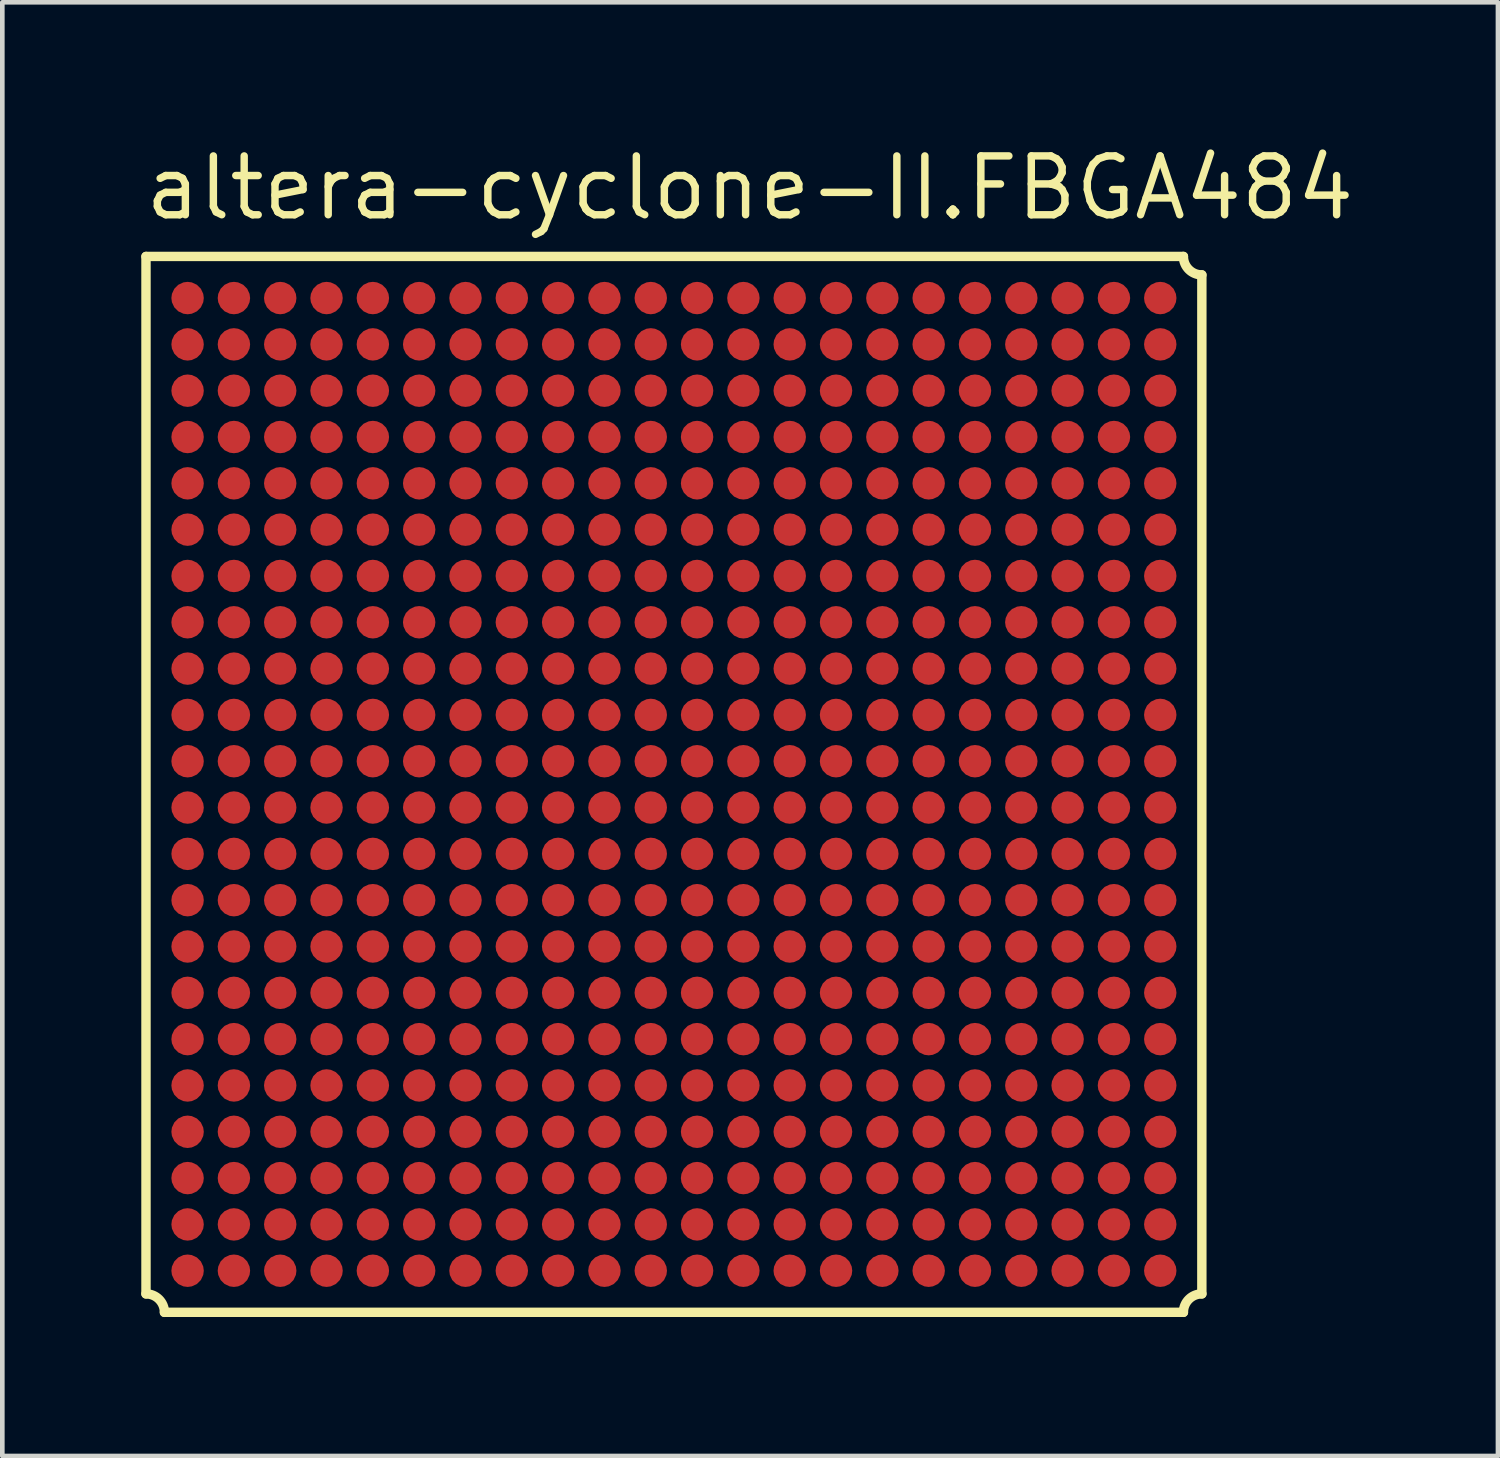
<source format=kicad_pcb>
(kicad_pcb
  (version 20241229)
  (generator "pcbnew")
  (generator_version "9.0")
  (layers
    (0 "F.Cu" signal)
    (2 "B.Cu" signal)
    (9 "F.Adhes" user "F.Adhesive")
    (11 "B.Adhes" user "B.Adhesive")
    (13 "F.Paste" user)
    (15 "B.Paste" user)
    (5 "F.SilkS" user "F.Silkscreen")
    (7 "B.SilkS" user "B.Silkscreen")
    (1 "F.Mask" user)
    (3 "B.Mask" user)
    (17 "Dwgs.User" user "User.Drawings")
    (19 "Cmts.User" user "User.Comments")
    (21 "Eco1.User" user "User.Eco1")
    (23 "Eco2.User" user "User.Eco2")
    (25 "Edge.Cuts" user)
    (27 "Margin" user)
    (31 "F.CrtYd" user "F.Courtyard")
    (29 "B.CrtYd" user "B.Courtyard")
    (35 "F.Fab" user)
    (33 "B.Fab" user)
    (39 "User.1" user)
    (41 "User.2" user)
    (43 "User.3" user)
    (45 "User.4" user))
  (footprint "altera-cyclone-II.FBGA484"
    (layer "F.Cu")
    (at 11.5 13.885)
    (property "Reference" "altera-cyclone-II.FBGA484" (at -11.5 -12.135 0) (layer "F.SilkS") (effects (font (size 1.27 1.27) (thickness 0.16)) (justify left bottom)))
    (attr smd)
    (fp_circle (center -10.5 -10.5) (end -10.2 -10.5) (stroke (width 0.1) (type default)) (fill no) (layer "F.Mask"))
    (fp_circle (center -10.5 -9.5) (end -10.2 -9.5) (stroke (width 0.1) (type default)) (fill no) (layer "F.Mask"))
    (fp_circle (center -10.5 -8.5) (end -10.2 -8.5) (stroke (width 0.1) (type default)) (fill no) (layer "F.Mask"))
    (fp_circle (center -10.5 -7.5) (end -10.2 -7.5) (stroke (width 0.1) (type default)) (fill no) (layer "F.Mask"))
    (fp_circle (center -10.5 -6.5) (end -10.2 -6.5) (stroke (width 0.1) (type default)) (fill no) (layer "F.Mask"))
    (fp_circle (center -10.5 -5.5) (end -10.2 -5.5) (stroke (width 0.1) (type default)) (fill no) (layer "F.Mask"))
    (fp_circle (center -10.5 -4.5) (end -10.2 -4.5) (stroke (width 0.1) (type default)) (fill no) (layer "F.Mask"))
    (fp_circle (center -10.5 -3.5) (end -10.2 -3.5) (stroke (width 0.1) (type default)) (fill no) (layer "F.Mask"))
    (fp_circle (center -10.5 -2.5) (end -10.2 -2.5) (stroke (width 0.1) (type default)) (fill no) (layer "F.Mask"))
    (fp_circle (center -10.5 -1.5) (end -10.2 -1.5) (stroke (width 0.1) (type default)) (fill no) (layer "F.Mask"))
    (fp_circle (center -10.5 -0.5) (end -10.2 -0.5) (stroke (width 0.1) (type default)) (fill no) (layer "F.Mask"))
    (fp_circle (center -10.5 0.5) (end -10.2 0.5) (stroke (width 0.1) (type default)) (fill no) (layer "F.Mask"))
    (fp_circle (center -10.5 1.5) (end -10.2 1.5) (stroke (width 0.1) (type default)) (fill no) (layer "F.Mask"))
    (fp_circle (center -10.5 2.5) (end -10.2 2.5) (stroke (width 0.1) (type default)) (fill no) (layer "F.Mask"))
    (fp_circle (center -10.5 3.5) (end -10.2 3.5) (stroke (width 0.1) (type default)) (fill no) (layer "F.Mask"))
    (fp_circle (center -10.5 4.5) (end -10.2 4.5) (stroke (width 0.1) (type default)) (fill no) (layer "F.Mask"))
    (fp_circle (center -10.5 5.5) (end -10.2 5.5) (stroke (width 0.1) (type default)) (fill no) (layer "F.Mask"))
    (fp_circle (center -10.5 6.5) (end -10.2 6.5) (stroke (width 0.1) (type default)) (fill no) (layer "F.Mask"))
    (fp_circle (center -10.5 7.5) (end -10.2 7.5) (stroke (width 0.1) (type default)) (fill no) (layer "F.Mask"))
    (fp_circle (center -10.5 8.5) (end -10.2 8.5) (stroke (width 0.1) (type default)) (fill no) (layer "F.Mask"))
    (fp_circle (center -10.5 9.5) (end -10.2 9.5) (stroke (width 0.1) (type default)) (fill no) (layer "F.Mask"))
    (fp_circle (center -10.5 10.5) (end -10.2 10.5) (stroke (width 0.1) (type default)) (fill no) (layer "F.Mask"))
    (fp_circle (center -9.5 -10.5) (end -9.2 -10.5) (stroke (width 0.1) (type default)) (fill no) (layer "F.Mask"))
    (fp_circle (center -9.5 -9.5) (end -9.2 -9.5) (stroke (width 0.1) (type default)) (fill no) (layer "F.Mask"))
    (fp_circle (center -9.5 -8.5) (end -9.2 -8.5) (stroke (width 0.1) (type default)) (fill no) (layer "F.Mask"))
    (fp_circle (center -9.5 -7.5) (end -9.2 -7.5) (stroke (width 0.1) (type default)) (fill no) (layer "F.Mask"))
    (fp_circle (center -9.5 -6.5) (end -9.2 -6.5) (stroke (width 0.1) (type default)) (fill no) (layer "F.Mask"))
    (fp_circle (center -9.5 -5.5) (end -9.2 -5.5) (stroke (width 0.1) (type default)) (fill no) (layer "F.Mask"))
    (fp_circle (center -9.5 -4.5) (end -9.2 -4.5) (stroke (width 0.1) (type default)) (fill no) (layer "F.Mask"))
    (fp_circle (center -9.5 -3.5) (end -9.2 -3.5) (stroke (width 0.1) (type default)) (fill no) (layer "F.Mask"))
    (fp_circle (center -9.5 -2.5) (end -9.2 -2.5) (stroke (width 0.1) (type default)) (fill no) (layer "F.Mask"))
    (fp_circle (center -9.5 -1.5) (end -9.2 -1.5) (stroke (width 0.1) (type default)) (fill no) (layer "F.Mask"))
    (fp_circle (center -9.5 -0.5) (end -9.2 -0.5) (stroke (width 0.1) (type default)) (fill no) (layer "F.Mask"))
    (fp_circle (center -9.5 0.5) (end -9.2 0.5) (stroke (width 0.1) (type default)) (fill no) (layer "F.Mask"))
    (fp_circle (center -9.5 1.5) (end -9.2 1.5) (stroke (width 0.1) (type default)) (fill no) (layer "F.Mask"))
    (fp_circle (center -9.5 2.5) (end -9.2 2.5) (stroke (width 0.1) (type default)) (fill no) (layer "F.Mask"))
    (fp_circle (center -9.5 3.5) (end -9.2 3.5) (stroke (width 0.1) (type default)) (fill no) (layer "F.Mask"))
    (fp_circle (center -9.5 4.5) (end -9.2 4.5) (stroke (width 0.1) (type default)) (fill no) (layer "F.Mask"))
    (fp_circle (center -9.5 5.5) (end -9.2 5.5) (stroke (width 0.1) (type default)) (fill no) (layer "F.Mask"))
    (fp_circle (center -9.5 6.5) (end -9.2 6.5) (stroke (width 0.1) (type default)) (fill no) (layer "F.Mask"))
    (fp_circle (center -9.5 7.5) (end -9.2 7.5) (stroke (width 0.1) (type default)) (fill no) (layer "F.Mask"))
    (fp_circle (center -9.5 8.5) (end -9.2 8.5) (stroke (width 0.1) (type default)) (fill no) (layer "F.Mask"))
    (fp_circle (center -9.5 9.5) (end -9.2 9.5) (stroke (width 0.1) (type default)) (fill no) (layer "F.Mask"))
    (fp_circle (center -9.5 10.5) (end -9.2 10.5) (stroke (width 0.1) (type default)) (fill no) (layer "F.Mask"))
    (fp_circle (center -8.5 -10.5) (end -8.2 -10.5) (stroke (width 0.1) (type default)) (fill no) (layer "F.Mask"))
    (fp_circle (center -8.5 -9.5) (end -8.2 -9.5) (stroke (width 0.1) (type default)) (fill no) (layer "F.Mask"))
    (fp_circle (center -8.5 -8.5) (end -8.2 -8.5) (stroke (width 0.1) (type default)) (fill no) (layer "F.Mask"))
    (fp_circle (center -8.5 -7.5) (end -8.2 -7.5) (stroke (width 0.1) (type default)) (fill no) (layer "F.Mask"))
    (fp_circle (center -8.5 -6.5) (end -8.2 -6.5) (stroke (width 0.1) (type default)) (fill no) (layer "F.Mask"))
    (fp_circle (center -8.5 -5.5) (end -8.2 -5.5) (stroke (width 0.1) (type default)) (fill no) (layer "F.Mask"))
    (fp_circle (center -8.5 -4.5) (end -8.2 -4.5) (stroke (width 0.1) (type default)) (fill no) (layer "F.Mask"))
    (fp_circle (center -8.5 -3.5) (end -8.2 -3.5) (stroke (width 0.1) (type default)) (fill no) (layer "F.Mask"))
    (fp_circle (center -8.5 -2.5) (end -8.2 -2.5) (stroke (width 0.1) (type default)) (fill no) (layer "F.Mask"))
    (fp_circle (center -8.5 -1.5) (end -8.2 -1.5) (stroke (width 0.1) (type default)) (fill no) (layer "F.Mask"))
    (fp_circle (center -8.5 -0.5) (end -8.2 -0.5) (stroke (width 0.1) (type default)) (fill no) (layer "F.Mask"))
    (fp_circle (center -8.5 0.5) (end -8.2 0.5) (stroke (width 0.1) (type default)) (fill no) (layer "F.Mask"))
    (fp_circle (center -8.5 1.5) (end -8.2 1.5) (stroke (width 0.1) (type default)) (fill no) (layer "F.Mask"))
    (fp_circle (center -8.5 2.5) (end -8.2 2.5) (stroke (width 0.1) (type default)) (fill no) (layer "F.Mask"))
    (fp_circle (center -8.5 3.5) (end -8.2 3.5) (stroke (width 0.1) (type default)) (fill no) (layer "F.Mask"))
    (fp_circle (center -8.5 4.5) (end -8.2 4.5) (stroke (width 0.1) (type default)) (fill no) (layer "F.Mask"))
    (fp_circle (center -8.5 5.5) (end -8.2 5.5) (stroke (width 0.1) (type default)) (fill no) (layer "F.Mask"))
    (fp_circle (center -8.5 6.5) (end -8.2 6.5) (stroke (width 0.1) (type default)) (fill no) (layer "F.Mask"))
    (fp_circle (center -8.5 7.5) (end -8.2 7.5) (stroke (width 0.1) (type default)) (fill no) (layer "F.Mask"))
    (fp_circle (center -8.5 8.5) (end -8.2 8.5) (stroke (width 0.1) (type default)) (fill no) (layer "F.Mask"))
    (fp_circle (center -8.5 9.5) (end -8.2 9.5) (stroke (width 0.1) (type default)) (fill no) (layer "F.Mask"))
    (fp_circle (center -8.5 10.5) (end -8.2 10.5) (stroke (width 0.1) (type default)) (fill no) (layer "F.Mask"))
    (fp_circle (center -7.5 -10.5) (end -7.2 -10.5) (stroke (width 0.1) (type default)) (fill no) (layer "F.Mask"))
    (fp_circle (center -7.5 -9.5) (end -7.2 -9.5) (stroke (width 0.1) (type default)) (fill no) (layer "F.Mask"))
    (fp_circle (center -7.5 -8.5) (end -7.2 -8.5) (stroke (width 0.1) (type default)) (fill no) (layer "F.Mask"))
    (fp_circle (center -7.5 -7.5) (end -7.2 -7.5) (stroke (width 0.1) (type default)) (fill no) (layer "F.Mask"))
    (fp_circle (center -7.5 -6.5) (end -7.2 -6.5) (stroke (width 0.1) (type default)) (fill no) (layer "F.Mask"))
    (fp_circle (center -7.5 -5.5) (end -7.2 -5.5) (stroke (width 0.1) (type default)) (fill no) (layer "F.Mask"))
    (fp_circle (center -7.5 -4.5) (end -7.2 -4.5) (stroke (width 0.1) (type default)) (fill no) (layer "F.Mask"))
    (fp_circle (center -7.5 -3.5) (end -7.2 -3.5) (stroke (width 0.1) (type default)) (fill no) (layer "F.Mask"))
    (fp_circle (center -7.5 -2.5) (end -7.2 -2.5) (stroke (width 0.1) (type default)) (fill no) (layer "F.Mask"))
    (fp_circle (center -7.5 -1.5) (end -7.2 -1.5) (stroke (width 0.1) (type default)) (fill no) (layer "F.Mask"))
    (fp_circle (center -7.5 -0.5) (end -7.2 -0.5) (stroke (width 0.1) (type default)) (fill no) (layer "F.Mask"))
    (fp_circle (center -7.5 0.5) (end -7.2 0.5) (stroke (width 0.1) (type default)) (fill no) (layer "F.Mask"))
    (fp_circle (center -7.5 1.5) (end -7.2 1.5) (stroke (width 0.1) (type default)) (fill no) (layer "F.Mask"))
    (fp_circle (center -7.5 2.5) (end -7.2 2.5) (stroke (width 0.1) (type default)) (fill no) (layer "F.Mask"))
    (fp_circle (center -7.5 3.5) (end -7.2 3.5) (stroke (width 0.1) (type default)) (fill no) (layer "F.Mask"))
    (fp_circle (center -7.5 4.5) (end -7.2 4.5) (stroke (width 0.1) (type default)) (fill no) (layer "F.Mask"))
    (fp_circle (center -7.5 5.5) (end -7.2 5.5) (stroke (width 0.1) (type default)) (fill no) (layer "F.Mask"))
    (fp_circle (center -7.5 6.5) (end -7.2 6.5) (stroke (width 0.1) (type default)) (fill no) (layer "F.Mask"))
    (fp_circle (center -7.5 7.5) (end -7.2 7.5) (stroke (width 0.1) (type default)) (fill no) (layer "F.Mask"))
    (fp_circle (center -7.5 8.5) (end -7.2 8.5) (stroke (width 0.1) (type default)) (fill no) (layer "F.Mask"))
    (fp_circle (center -7.5 9.5) (end -7.2 9.5) (stroke (width 0.1) (type default)) (fill no) (layer "F.Mask"))
    (fp_circle (center -7.5 10.5) (end -7.2 10.5) (stroke (width 0.1) (type default)) (fill no) (layer "F.Mask"))
    (fp_circle (center -6.5 -10.5) (end -6.2 -10.5) (stroke (width 0.1) (type default)) (fill no) (layer "F.Mask"))
    (fp_circle (center -6.5 -9.5) (end -6.2 -9.5) (stroke (width 0.1) (type default)) (fill no) (layer "F.Mask"))
    (fp_circle (center -6.5 -8.5) (end -6.2 -8.5) (stroke (width 0.1) (type default)) (fill no) (layer "F.Mask"))
    (fp_circle (center -6.5 -7.5) (end -6.2 -7.5) (stroke (width 0.1) (type default)) (fill no) (layer "F.Mask"))
    (fp_circle (center -6.5 -6.5) (end -6.2 -6.5) (stroke (width 0.1) (type default)) (fill no) (layer "F.Mask"))
    (fp_circle (center -6.5 -5.5) (end -6.2 -5.5) (stroke (width 0.1) (type default)) (fill no) (layer "F.Mask"))
    (fp_circle (center -6.5 -4.5) (end -6.2 -4.5) (stroke (width 0.1) (type default)) (fill no) (layer "F.Mask"))
    (fp_circle (center -6.5 -3.5) (end -6.2 -3.5) (stroke (width 0.1) (type default)) (fill no) (layer "F.Mask"))
    (fp_circle (center -6.5 -2.5) (end -6.2 -2.5) (stroke (width 0.1) (type default)) (fill no) (layer "F.Mask"))
    (fp_circle (center -6.5 -1.5) (end -6.2 -1.5) (stroke (width 0.1) (type default)) (fill no) (layer "F.Mask"))
    (fp_circle (center -6.5 -0.5) (end -6.2 -0.5) (stroke (width 0.1) (type default)) (fill no) (layer "F.Mask"))
    (fp_circle (center -6.5 0.5) (end -6.2 0.5) (stroke (width 0.1) (type default)) (fill no) (layer "F.Mask"))
    (fp_circle (center -6.5 1.5) (end -6.2 1.5) (stroke (width 0.1) (type default)) (fill no) (layer "F.Mask"))
    (fp_circle (center -6.5 2.5) (end -6.2 2.5) (stroke (width 0.1) (type default)) (fill no) (layer "F.Mask"))
    (fp_circle (center -6.5 3.5) (end -6.2 3.5) (stroke (width 0.1) (type default)) (fill no) (layer "F.Mask"))
    (fp_circle (center -6.5 4.5) (end -6.2 4.5) (stroke (width 0.1) (type default)) (fill no) (layer "F.Mask"))
    (fp_circle (center -6.5 5.5) (end -6.2 5.5) (stroke (width 0.1) (type default)) (fill no) (layer "F.Mask"))
    (fp_circle (center -6.5 6.5) (end -6.2 6.5) (stroke (width 0.1) (type default)) (fill no) (layer "F.Mask"))
    (fp_circle (center -6.5 7.5) (end -6.2 7.5) (stroke (width 0.1) (type default)) (fill no) (layer "F.Mask"))
    (fp_circle (center -6.5 8.5) (end -6.2 8.5) (stroke (width 0.1) (type default)) (fill no) (layer "F.Mask"))
    (fp_circle (center -6.5 9.5) (end -6.2 9.5) (stroke (width 0.1) (type default)) (fill no) (layer "F.Mask"))
    (fp_circle (center -6.5 10.5) (end -6.2 10.5) (stroke (width 0.1) (type default)) (fill no) (layer "F.Mask"))
    (fp_circle (center -5.5 -10.5) (end -5.2 -10.5) (stroke (width 0.1) (type default)) (fill no) (layer "F.Mask"))
    (fp_circle (center -5.5 -9.5) (end -5.2 -9.5) (stroke (width 0.1) (type default)) (fill no) (layer "F.Mask"))
    (fp_circle (center -5.5 -8.5) (end -5.2 -8.5) (stroke (width 0.1) (type default)) (fill no) (layer "F.Mask"))
    (fp_circle (center -5.5 -7.5) (end -5.2 -7.5) (stroke (width 0.1) (type default)) (fill no) (layer "F.Mask"))
    (fp_circle (center -5.5 -6.5) (end -5.2 -6.5) (stroke (width 0.1) (type default)) (fill no) (layer "F.Mask"))
    (fp_circle (center -5.5 -5.5) (end -5.2 -5.5) (stroke (width 0.1) (type default)) (fill no) (layer "F.Mask"))
    (fp_circle (center -5.5 -4.5) (end -5.2 -4.5) (stroke (width 0.1) (type default)) (fill no) (layer "F.Mask"))
    (fp_circle (center -5.5 -3.5) (end -5.2 -3.5) (stroke (width 0.1) (type default)) (fill no) (layer "F.Mask"))
    (fp_circle (center -5.5 -2.5) (end -5.2 -2.5) (stroke (width 0.1) (type default)) (fill no) (layer "F.Mask"))
    (fp_circle (center -5.5 -1.5) (end -5.2 -1.5) (stroke (width 0.1) (type default)) (fill no) (layer "F.Mask"))
    (fp_circle (center -5.5 -0.5) (end -5.2 -0.5) (stroke (width 0.1) (type default)) (fill no) (layer "F.Mask"))
    (fp_circle (center -5.5 0.5) (end -5.2 0.5) (stroke (width 0.1) (type default)) (fill no) (layer "F.Mask"))
    (fp_circle (center -5.5 1.5) (end -5.2 1.5) (stroke (width 0.1) (type default)) (fill no) (layer "F.Mask"))
    (fp_circle (center -5.5 2.5) (end -5.2 2.5) (stroke (width 0.1) (type default)) (fill no) (layer "F.Mask"))
    (fp_circle (center -5.5 3.5) (end -5.2 3.5) (stroke (width 0.1) (type default)) (fill no) (layer "F.Mask"))
    (fp_circle (center -5.5 4.5) (end -5.2 4.5) (stroke (width 0.1) (type default)) (fill no) (layer "F.Mask"))
    (fp_circle (center -5.5 5.5) (end -5.2 5.5) (stroke (width 0.1) (type default)) (fill no) (layer "F.Mask"))
    (fp_circle (center -5.5 6.5) (end -5.2 6.5) (stroke (width 0.1) (type default)) (fill no) (layer "F.Mask"))
    (fp_circle (center -5.5 7.5) (end -5.2 7.5) (stroke (width 0.1) (type default)) (fill no) (layer "F.Mask"))
    (fp_circle (center -5.5 8.5) (end -5.2 8.5) (stroke (width 0.1) (type default)) (fill no) (layer "F.Mask"))
    (fp_circle (center -5.5 9.5) (end -5.2 9.5) (stroke (width 0.1) (type default)) (fill no) (layer "F.Mask"))
    (fp_circle (center -5.5 10.5) (end -5.2 10.5) (stroke (width 0.1) (type default)) (fill no) (layer "F.Mask"))
    (fp_circle (center -4.5 -10.5) (end -4.2 -10.5) (stroke (width 0.1) (type default)) (fill no) (layer "F.Mask"))
    (fp_circle (center -4.5 -9.5) (end -4.2 -9.5) (stroke (width 0.1) (type default)) (fill no) (layer "F.Mask"))
    (fp_circle (center -4.5 -8.5) (end -4.2 -8.5) (stroke (width 0.1) (type default)) (fill no) (layer "F.Mask"))
    (fp_circle (center -4.5 -7.5) (end -4.2 -7.5) (stroke (width 0.1) (type default)) (fill no) (layer "F.Mask"))
    (fp_circle (center -4.5 -6.5) (end -4.2 -6.5) (stroke (width 0.1) (type default)) (fill no) (layer "F.Mask"))
    (fp_circle (center -4.5 -5.5) (end -4.2 -5.5) (stroke (width 0.1) (type default)) (fill no) (layer "F.Mask"))
    (fp_circle (center -4.5 -4.5) (end -4.2 -4.5) (stroke (width 0.1) (type default)) (fill no) (layer "F.Mask"))
    (fp_circle (center -4.5 -3.5) (end -4.2 -3.5) (stroke (width 0.1) (type default)) (fill no) (layer "F.Mask"))
    (fp_circle (center -4.5 -2.5) (end -4.2 -2.5) (stroke (width 0.1) (type default)) (fill no) (layer "F.Mask"))
    (fp_circle (center -4.5 -1.5) (end -4.2 -1.5) (stroke (width 0.1) (type default)) (fill no) (layer "F.Mask"))
    (fp_circle (center -4.5 -0.5) (end -4.2 -0.5) (stroke (width 0.1) (type default)) (fill no) (layer "F.Mask"))
    (fp_circle (center -4.5 0.5) (end -4.2 0.5) (stroke (width 0.1) (type default)) (fill no) (layer "F.Mask"))
    (fp_circle (center -4.5 1.5) (end -4.2 1.5) (stroke (width 0.1) (type default)) (fill no) (layer "F.Mask"))
    (fp_circle (center -4.5 2.5) (end -4.2 2.5) (stroke (width 0.1) (type default)) (fill no) (layer "F.Mask"))
    (fp_circle (center -4.5 3.5) (end -4.2 3.5) (stroke (width 0.1) (type default)) (fill no) (layer "F.Mask"))
    (fp_circle (center -4.5 4.5) (end -4.2 4.5) (stroke (width 0.1) (type default)) (fill no) (layer "F.Mask"))
    (fp_circle (center -4.5 5.5) (end -4.2 5.5) (stroke (width 0.1) (type default)) (fill no) (layer "F.Mask"))
    (fp_circle (center -4.5 6.5) (end -4.2 6.5) (stroke (width 0.1) (type default)) (fill no) (layer "F.Mask"))
    (fp_circle (center -4.5 7.5) (end -4.2 7.5) (stroke (width 0.1) (type default)) (fill no) (layer "F.Mask"))
    (fp_circle (center -4.5 8.5) (end -4.2 8.5) (stroke (width 0.1) (type default)) (fill no) (layer "F.Mask"))
    (fp_circle (center -4.5 9.5) (end -4.2 9.5) (stroke (width 0.1) (type default)) (fill no) (layer "F.Mask"))
    (fp_circle (center -4.5 10.5) (end -4.2 10.5) (stroke (width 0.1) (type default)) (fill no) (layer "F.Mask"))
    (fp_circle (center -3.5 -10.5) (end -3.2 -10.5) (stroke (width 0.1) (type default)) (fill no) (layer "F.Mask"))
    (fp_circle (center -3.5 -9.5) (end -3.2 -9.5) (stroke (width 0.1) (type default)) (fill no) (layer "F.Mask"))
    (fp_circle (center -3.5 -8.5) (end -3.2 -8.5) (stroke (width 0.1) (type default)) (fill no) (layer "F.Mask"))
    (fp_circle (center -3.5 -7.5) (end -3.2 -7.5) (stroke (width 0.1) (type default)) (fill no) (layer "F.Mask"))
    (fp_circle (center -3.5 -6.5) (end -3.2 -6.5) (stroke (width 0.1) (type default)) (fill no) (layer "F.Mask"))
    (fp_circle (center -3.5 -5.5) (end -3.2 -5.5) (stroke (width 0.1) (type default)) (fill no) (layer "F.Mask"))
    (fp_circle (center -3.5 -4.5) (end -3.2 -4.5) (stroke (width 0.1) (type default)) (fill no) (layer "F.Mask"))
    (fp_circle (center -3.5 -3.5) (end -3.2 -3.5) (stroke (width 0.1) (type default)) (fill no) (layer "F.Mask"))
    (fp_circle (center -3.5 -2.5) (end -3.2 -2.5) (stroke (width 0.1) (type default)) (fill no) (layer "F.Mask"))
    (fp_circle (center -3.5 -1.5) (end -3.2 -1.5) (stroke (width 0.1) (type default)) (fill no) (layer "F.Mask"))
    (fp_circle (center -3.5 -0.5) (end -3.2 -0.5) (stroke (width 0.1) (type default)) (fill no) (layer "F.Mask"))
    (fp_circle (center -3.5 0.5) (end -3.2 0.5) (stroke (width 0.1) (type default)) (fill no) (layer "F.Mask"))
    (fp_circle (center -3.5 1.5) (end -3.2 1.5) (stroke (width 0.1) (type default)) (fill no) (layer "F.Mask"))
    (fp_circle (center -3.5 2.5) (end -3.2 2.5) (stroke (width 0.1) (type default)) (fill no) (layer "F.Mask"))
    (fp_circle (center -3.5 3.5) (end -3.2 3.5) (stroke (width 0.1) (type default)) (fill no) (layer "F.Mask"))
    (fp_circle (center -3.5 4.5) (end -3.2 4.5) (stroke (width 0.1) (type default)) (fill no) (layer "F.Mask"))
    (fp_circle (center -3.5 5.5) (end -3.2 5.5) (stroke (width 0.1) (type default)) (fill no) (layer "F.Mask"))
    (fp_circle (center -3.5 6.5) (end -3.2 6.5) (stroke (width 0.1) (type default)) (fill no) (layer "F.Mask"))
    (fp_circle (center -3.5 7.5) (end -3.2 7.5) (stroke (width 0.1) (type default)) (fill no) (layer "F.Mask"))
    (fp_circle (center -3.5 8.5) (end -3.2 8.5) (stroke (width 0.1) (type default)) (fill no) (layer "F.Mask"))
    (fp_circle (center -3.5 9.5) (end -3.2 9.5) (stroke (width 0.1) (type default)) (fill no) (layer "F.Mask"))
    (fp_circle (center -3.5 10.5) (end -3.2 10.5) (stroke (width 0.1) (type default)) (fill no) (layer "F.Mask"))
    (fp_circle (center -2.5 -10.5) (end -2.2 -10.5) (stroke (width 0.1) (type default)) (fill no) (layer "F.Mask"))
    (fp_circle (center -2.5 -9.5) (end -2.2 -9.5) (stroke (width 0.1) (type default)) (fill no) (layer "F.Mask"))
    (fp_circle (center -2.5 -8.5) (end -2.2 -8.5) (stroke (width 0.1) (type default)) (fill no) (layer "F.Mask"))
    (fp_circle (center -2.5 -7.5) (end -2.2 -7.5) (stroke (width 0.1) (type default)) (fill no) (layer "F.Mask"))
    (fp_circle (center -2.5 -6.5) (end -2.2 -6.5) (stroke (width 0.1) (type default)) (fill no) (layer "F.Mask"))
    (fp_circle (center -2.5 -5.5) (end -2.2 -5.5) (stroke (width 0.1) (type default)) (fill no) (layer "F.Mask"))
    (fp_circle (center -2.5 -4.5) (end -2.2 -4.5) (stroke (width 0.1) (type default)) (fill no) (layer "F.Mask"))
    (fp_circle (center -2.5 -3.5) (end -2.2 -3.5) (stroke (width 0.1) (type default)) (fill no) (layer "F.Mask"))
    (fp_circle (center -2.5 -2.5) (end -2.2 -2.5) (stroke (width 0.1) (type default)) (fill no) (layer "F.Mask"))
    (fp_circle (center -2.5 -1.5) (end -2.2 -1.5) (stroke (width 0.1) (type default)) (fill no) (layer "F.Mask"))
    (fp_circle (center -2.5 -0.5) (end -2.2 -0.5) (stroke (width 0.1) (type default)) (fill no) (layer "F.Mask"))
    (fp_circle (center -2.5 0.5) (end -2.2 0.5) (stroke (width 0.1) (type default)) (fill no) (layer "F.Mask"))
    (fp_circle (center -2.5 1.5) (end -2.2 1.5) (stroke (width 0.1) (type default)) (fill no) (layer "F.Mask"))
    (fp_circle (center -2.5 2.5) (end -2.2 2.5) (stroke (width 0.1) (type default)) (fill no) (layer "F.Mask"))
    (fp_circle (center -2.5 3.5) (end -2.2 3.5) (stroke (width 0.1) (type default)) (fill no) (layer "F.Mask"))
    (fp_circle (center -2.5 4.5) (end -2.2 4.5) (stroke (width 0.1) (type default)) (fill no) (layer "F.Mask"))
    (fp_circle (center -2.5 5.5) (end -2.2 5.5) (stroke (width 0.1) (type default)) (fill no) (layer "F.Mask"))
    (fp_circle (center -2.5 6.5) (end -2.2 6.5) (stroke (width 0.1) (type default)) (fill no) (layer "F.Mask"))
    (fp_circle (center -2.5 7.5) (end -2.2 7.5) (stroke (width 0.1) (type default)) (fill no) (layer "F.Mask"))
    (fp_circle (center -2.5 8.5) (end -2.2 8.5) (stroke (width 0.1) (type default)) (fill no) (layer "F.Mask"))
    (fp_circle (center -2.5 9.5) (end -2.2 9.5) (stroke (width 0.1) (type default)) (fill no) (layer "F.Mask"))
    (fp_circle (center -2.5 10.5) (end -2.2 10.5) (stroke (width 0.1) (type default)) (fill no) (layer "F.Mask"))
    (fp_circle (center -1.5 -10.5) (end -1.2 -10.5) (stroke (width 0.1) (type default)) (fill no) (layer "F.Mask"))
    (fp_circle (center -1.5 -9.5) (end -1.2 -9.5) (stroke (width 0.1) (type default)) (fill no) (layer "F.Mask"))
    (fp_circle (center -1.5 -8.5) (end -1.2 -8.5) (stroke (width 0.1) (type default)) (fill no) (layer "F.Mask"))
    (fp_circle (center -1.5 -7.5) (end -1.2 -7.5) (stroke (width 0.1) (type default)) (fill no) (layer "F.Mask"))
    (fp_circle (center -1.5 -6.5) (end -1.2 -6.5) (stroke (width 0.1) (type default)) (fill no) (layer "F.Mask"))
    (fp_circle (center -1.5 -5.5) (end -1.2 -5.5) (stroke (width 0.1) (type default)) (fill no) (layer "F.Mask"))
    (fp_circle (center -1.5 -4.5) (end -1.2 -4.5) (stroke (width 0.1) (type default)) (fill no) (layer "F.Mask"))
    (fp_circle (center -1.5 -3.5) (end -1.2 -3.5) (stroke (width 0.1) (type default)) (fill no) (layer "F.Mask"))
    (fp_circle (center -1.5 -2.5) (end -1.2 -2.5) (stroke (width 0.1) (type default)) (fill no) (layer "F.Mask"))
    (fp_circle (center -1.5 -1.5) (end -1.2 -1.5) (stroke (width 0.1) (type default)) (fill no) (layer "F.Mask"))
    (fp_circle (center -1.5 -0.5) (end -1.2 -0.5) (stroke (width 0.1) (type default)) (fill no) (layer "F.Mask"))
    (fp_circle (center -1.5 0.5) (end -1.2 0.5) (stroke (width 0.1) (type default)) (fill no) (layer "F.Mask"))
    (fp_circle (center -1.5 1.5) (end -1.2 1.5) (stroke (width 0.1) (type default)) (fill no) (layer "F.Mask"))
    (fp_circle (center -1.5 2.5) (end -1.2 2.5) (stroke (width 0.1) (type default)) (fill no) (layer "F.Mask"))
    (fp_circle (center -1.5 3.5) (end -1.2 3.5) (stroke (width 0.1) (type default)) (fill no) (layer "F.Mask"))
    (fp_circle (center -1.5 4.5) (end -1.2 4.5) (stroke (width 0.1) (type default)) (fill no) (layer "F.Mask"))
    (fp_circle (center -1.5 5.5) (end -1.2 5.5) (stroke (width 0.1) (type default)) (fill no) (layer "F.Mask"))
    (fp_circle (center -1.5 6.5) (end -1.2 6.5) (stroke (width 0.1) (type default)) (fill no) (layer "F.Mask"))
    (fp_circle (center -1.5 7.5) (end -1.2 7.5) (stroke (width 0.1) (type default)) (fill no) (layer "F.Mask"))
    (fp_circle (center -1.5 8.5) (end -1.2 8.5) (stroke (width 0.1) (type default)) (fill no) (layer "F.Mask"))
    (fp_circle (center -1.5 9.5) (end -1.2 9.5) (stroke (width 0.1) (type default)) (fill no) (layer "F.Mask"))
    (fp_circle (center -1.5 10.5) (end -1.2 10.5) (stroke (width 0.1) (type default)) (fill no) (layer "F.Mask"))
    (fp_circle (center -0.5 -10.5) (end -0.2 -10.5) (stroke (width 0.1) (type default)) (fill no) (layer "F.Mask"))
    (fp_circle (center -0.5 -9.5) (end -0.2 -9.5) (stroke (width 0.1) (type default)) (fill no) (layer "F.Mask"))
    (fp_circle (center -0.5 -8.5) (end -0.2 -8.5) (stroke (width 0.1) (type default)) (fill no) (layer "F.Mask"))
    (fp_circle (center -0.5 -7.5) (end -0.2 -7.5) (stroke (width 0.1) (type default)) (fill no) (layer "F.Mask"))
    (fp_circle (center -0.5 -6.5) (end -0.2 -6.5) (stroke (width 0.1) (type default)) (fill no) (layer "F.Mask"))
    (fp_circle (center -0.5 -5.5) (end -0.2 -5.5) (stroke (width 0.1) (type default)) (fill no) (layer "F.Mask"))
    (fp_circle (center -0.5 -4.5) (end -0.2 -4.5) (stroke (width 0.1) (type default)) (fill no) (layer "F.Mask"))
    (fp_circle (center -0.5 -3.5) (end -0.2 -3.5) (stroke (width 0.1) (type default)) (fill no) (layer "F.Mask"))
    (fp_circle (center -0.5 -2.5) (end -0.2 -2.5) (stroke (width 0.1) (type default)) (fill no) (layer "F.Mask"))
    (fp_circle (center -0.5 -1.5) (end -0.2 -1.5) (stroke (width 0.1) (type default)) (fill no) (layer "F.Mask"))
    (fp_circle (center -0.5 -0.5) (end -0.2 -0.5) (stroke (width 0.1) (type default)) (fill no) (layer "F.Mask"))
    (fp_circle (center -0.5 0.5) (end -0.2 0.5) (stroke (width 0.1) (type default)) (fill no) (layer "F.Mask"))
    (fp_circle (center -0.5 1.5) (end -0.2 1.5) (stroke (width 0.1) (type default)) (fill no) (layer "F.Mask"))
    (fp_circle (center -0.5 2.5) (end -0.2 2.5) (stroke (width 0.1) (type default)) (fill no) (layer "F.Mask"))
    (fp_circle (center -0.5 3.5) (end -0.2 3.5) (stroke (width 0.1) (type default)) (fill no) (layer "F.Mask"))
    (fp_circle (center -0.5 4.5) (end -0.2 4.5) (stroke (width 0.1) (type default)) (fill no) (layer "F.Mask"))
    (fp_circle (center -0.5 5.5) (end -0.2 5.5) (stroke (width 0.1) (type default)) (fill no) (layer "F.Mask"))
    (fp_circle (center -0.5 6.5) (end -0.2 6.5) (stroke (width 0.1) (type default)) (fill no) (layer "F.Mask"))
    (fp_circle (center -0.5 7.5) (end -0.2 7.5) (stroke (width 0.1) (type default)) (fill no) (layer "F.Mask"))
    (fp_circle (center -0.5 8.5) (end -0.2 8.5) (stroke (width 0.1) (type default)) (fill no) (layer "F.Mask"))
    (fp_circle (center -0.5 9.5) (end -0.2 9.5) (stroke (width 0.1) (type default)) (fill no) (layer "F.Mask"))
    (fp_circle (center -0.5 10.5) (end -0.2 10.5) (stroke (width 0.1) (type default)) (fill no) (layer "F.Mask"))
    (fp_circle (center 0.5 -10.5) (end 0.8 -10.5) (stroke (width 0.1) (type default)) (fill no) (layer "F.Mask"))
    (fp_circle (center 0.5 -9.5) (end 0.8 -9.5) (stroke (width 0.1) (type default)) (fill no) (layer "F.Mask"))
    (fp_circle (center 0.5 -8.5) (end 0.8 -8.5) (stroke (width 0.1) (type default)) (fill no) (layer "F.Mask"))
    (fp_circle (center 0.5 -7.5) (end 0.8 -7.5) (stroke (width 0.1) (type default)) (fill no) (layer "F.Mask"))
    (fp_circle (center 0.5 -6.5) (end 0.8 -6.5) (stroke (width 0.1) (type default)) (fill no) (layer "F.Mask"))
    (fp_circle (center 0.5 -5.5) (end 0.8 -5.5) (stroke (width 0.1) (type default)) (fill no) (layer "F.Mask"))
    (fp_circle (center 0.5 -4.5) (end 0.8 -4.5) (stroke (width 0.1) (type default)) (fill no) (layer "F.Mask"))
    (fp_circle (center 0.5 -3.5) (end 0.8 -3.5) (stroke (width 0.1) (type default)) (fill no) (layer "F.Mask"))
    (fp_circle (center 0.5 -2.5) (end 0.8 -2.5) (stroke (width 0.1) (type default)) (fill no) (layer "F.Mask"))
    (fp_circle (center 0.5 -1.5) (end 0.8 -1.5) (stroke (width 0.1) (type default)) (fill no) (layer "F.Mask"))
    (fp_circle (center 0.5 -0.5) (end 0.8 -0.5) (stroke (width 0.1) (type default)) (fill no) (layer "F.Mask"))
    (fp_circle (center 0.5 0.5) (end 0.8 0.5) (stroke (width 0.1) (type default)) (fill no) (layer "F.Mask"))
    (fp_circle (center 0.5 1.5) (end 0.8 1.5) (stroke (width 0.1) (type default)) (fill no) (layer "F.Mask"))
    (fp_circle (center 0.5 2.5) (end 0.8 2.5) (stroke (width 0.1) (type default)) (fill no) (layer "F.Mask"))
    (fp_circle (center 0.5 3.5) (end 0.8 3.5) (stroke (width 0.1) (type default)) (fill no) (layer "F.Mask"))
    (fp_circle (center 0.5 4.5) (end 0.8 4.5) (stroke (width 0.1) (type default)) (fill no) (layer "F.Mask"))
    (fp_circle (center 0.5 5.5) (end 0.8 5.5) (stroke (width 0.1) (type default)) (fill no) (layer "F.Mask"))
    (fp_circle (center 0.5 6.5) (end 0.8 6.5) (stroke (width 0.1) (type default)) (fill no) (layer "F.Mask"))
    (fp_circle (center 0.5 7.5) (end 0.8 7.5) (stroke (width 0.1) (type default)) (fill no) (layer "F.Mask"))
    (fp_circle (center 0.5 8.5) (end 0.8 8.5) (stroke (width 0.1) (type default)) (fill no) (layer "F.Mask"))
    (fp_circle (center 0.5 9.5) (end 0.8 9.5) (stroke (width 0.1) (type default)) (fill no) (layer "F.Mask"))
    (fp_circle (center 0.5 10.5) (end 0.8 10.5) (stroke (width 0.1) (type default)) (fill no) (layer "F.Mask"))
    (fp_circle (center 1.5 -10.5) (end 1.8 -10.5) (stroke (width 0.1) (type default)) (fill no) (layer "F.Mask"))
    (fp_circle (center 1.5 -9.5) (end 1.8 -9.5) (stroke (width 0.1) (type default)) (fill no) (layer "F.Mask"))
    (fp_circle (center 1.5 -8.5) (end 1.8 -8.5) (stroke (width 0.1) (type default)) (fill no) (layer "F.Mask"))
    (fp_circle (center 1.5 -7.5) (end 1.8 -7.5) (stroke (width 0.1) (type default)) (fill no) (layer "F.Mask"))
    (fp_circle (center 1.5 -6.5) (end 1.8 -6.5) (stroke (width 0.1) (type default)) (fill no) (layer "F.Mask"))
    (fp_circle (center 1.5 -5.5) (end 1.8 -5.5) (stroke (width 0.1) (type default)) (fill no) (layer "F.Mask"))
    (fp_circle (center 1.5 -4.5) (end 1.8 -4.5) (stroke (width 0.1) (type default)) (fill no) (layer "F.Mask"))
    (fp_circle (center 1.5 -3.5) (end 1.8 -3.5) (stroke (width 0.1) (type default)) (fill no) (layer "F.Mask"))
    (fp_circle (center 1.5 -2.5) (end 1.8 -2.5) (stroke (width 0.1) (type default)) (fill no) (layer "F.Mask"))
    (fp_circle (center 1.5 -1.5) (end 1.8 -1.5) (stroke (width 0.1) (type default)) (fill no) (layer "F.Mask"))
    (fp_circle (center 1.5 -0.5) (end 1.8 -0.5) (stroke (width 0.1) (type default)) (fill no) (layer "F.Mask"))
    (fp_circle (center 1.5 0.5) (end 1.8 0.5) (stroke (width 0.1) (type default)) (fill no) (layer "F.Mask"))
    (fp_circle (center 1.5 1.5) (end 1.8 1.5) (stroke (width 0.1) (type default)) (fill no) (layer "F.Mask"))
    (fp_circle (center 1.5 2.5) (end 1.8 2.5) (stroke (width 0.1) (type default)) (fill no) (layer "F.Mask"))
    (fp_circle (center 1.5 3.5) (end 1.8 3.5) (stroke (width 0.1) (type default)) (fill no) (layer "F.Mask"))
    (fp_circle (center 1.5 4.5) (end 1.8 4.5) (stroke (width 0.1) (type default)) (fill no) (layer "F.Mask"))
    (fp_circle (center 1.5 5.5) (end 1.8 5.5) (stroke (width 0.1) (type default)) (fill no) (layer "F.Mask"))
    (fp_circle (center 1.5 6.5) (end 1.8 6.5) (stroke (width 0.1) (type default)) (fill no) (layer "F.Mask"))
    (fp_circle (center 1.5 7.5) (end 1.8 7.5) (stroke (width 0.1) (type default)) (fill no) (layer "F.Mask"))
    (fp_circle (center 1.5 8.5) (end 1.8 8.5) (stroke (width 0.1) (type default)) (fill no) (layer "F.Mask"))
    (fp_circle (center 1.5 9.5) (end 1.8 9.5) (stroke (width 0.1) (type default)) (fill no) (layer "F.Mask"))
    (fp_circle (center 1.5 10.5) (end 1.8 10.5) (stroke (width 0.1) (type default)) (fill no) (layer "F.Mask"))
    (fp_circle (center 2.5 -10.5) (end 2.8 -10.5) (stroke (width 0.1) (type default)) (fill no) (layer "F.Mask"))
    (fp_circle (center 2.5 -9.5) (end 2.8 -9.5) (stroke (width 0.1) (type default)) (fill no) (layer "F.Mask"))
    (fp_circle (center 2.5 -8.5) (end 2.8 -8.5) (stroke (width 0.1) (type default)) (fill no) (layer "F.Mask"))
    (fp_circle (center 2.5 -7.5) (end 2.8 -7.5) (stroke (width 0.1) (type default)) (fill no) (layer "F.Mask"))
    (fp_circle (center 2.5 -6.5) (end 2.8 -6.5) (stroke (width 0.1) (type default)) (fill no) (layer "F.Mask"))
    (fp_circle (center 2.5 -5.5) (end 2.8 -5.5) (stroke (width 0.1) (type default)) (fill no) (layer "F.Mask"))
    (fp_circle (center 2.5 -4.5) (end 2.8 -4.5) (stroke (width 0.1) (type default)) (fill no) (layer "F.Mask"))
    (fp_circle (center 2.5 -3.5) (end 2.8 -3.5) (stroke (width 0.1) (type default)) (fill no) (layer "F.Mask"))
    (fp_circle (center 2.5 -2.5) (end 2.8 -2.5) (stroke (width 0.1) (type default)) (fill no) (layer "F.Mask"))
    (fp_circle (center 2.5 -1.5) (end 2.8 -1.5) (stroke (width 0.1) (type default)) (fill no) (layer "F.Mask"))
    (fp_circle (center 2.5 -0.5) (end 2.8 -0.5) (stroke (width 0.1) (type default)) (fill no) (layer "F.Mask"))
    (fp_circle (center 2.5 0.5) (end 2.8 0.5) (stroke (width 0.1) (type default)) (fill no) (layer "F.Mask"))
    (fp_circle (center 2.5 1.5) (end 2.8 1.5) (stroke (width 0.1) (type default)) (fill no) (layer "F.Mask"))
    (fp_circle (center 2.5 2.5) (end 2.8 2.5) (stroke (width 0.1) (type default)) (fill no) (layer "F.Mask"))
    (fp_circle (center 2.5 3.5) (end 2.8 3.5) (stroke (width 0.1) (type default)) (fill no) (layer "F.Mask"))
    (fp_circle (center 2.5 4.5) (end 2.8 4.5) (stroke (width 0.1) (type default)) (fill no) (layer "F.Mask"))
    (fp_circle (center 2.5 5.5) (end 2.8 5.5) (stroke (width 0.1) (type default)) (fill no) (layer "F.Mask"))
    (fp_circle (center 2.5 6.5) (end 2.8 6.5) (stroke (width 0.1) (type default)) (fill no) (layer "F.Mask"))
    (fp_circle (center 2.5 7.5) (end 2.8 7.5) (stroke (width 0.1) (type default)) (fill no) (layer "F.Mask"))
    (fp_circle (center 2.5 8.5) (end 2.8 8.5) (stroke (width 0.1) (type default)) (fill no) (layer "F.Mask"))
    (fp_circle (center 2.5 9.5) (end 2.8 9.5) (stroke (width 0.1) (type default)) (fill no) (layer "F.Mask"))
    (fp_circle (center 2.5 10.5) (end 2.8 10.5) (stroke (width 0.1) (type default)) (fill no) (layer "F.Mask"))
    (fp_circle (center 3.5 -10.5) (end 3.8 -10.5) (stroke (width 0.1) (type default)) (fill no) (layer "F.Mask"))
    (fp_circle (center 3.5 -9.5) (end 3.8 -9.5) (stroke (width 0.1) (type default)) (fill no) (layer "F.Mask"))
    (fp_circle (center 3.5 -8.5) (end 3.8 -8.5) (stroke (width 0.1) (type default)) (fill no) (layer "F.Mask"))
    (fp_circle (center 3.5 -7.5) (end 3.8 -7.5) (stroke (width 0.1) (type default)) (fill no) (layer "F.Mask"))
    (fp_circle (center 3.5 -6.5) (end 3.8 -6.5) (stroke (width 0.1) (type default)) (fill no) (layer "F.Mask"))
    (fp_circle (center 3.5 -5.5) (end 3.8 -5.5) (stroke (width 0.1) (type default)) (fill no) (layer "F.Mask"))
    (fp_circle (center 3.5 -4.5) (end 3.8 -4.5) (stroke (width 0.1) (type default)) (fill no) (layer "F.Mask"))
    (fp_circle (center 3.5 -3.5) (end 3.8 -3.5) (stroke (width 0.1) (type default)) (fill no) (layer "F.Mask"))
    (fp_circle (center 3.5 -2.5) (end 3.8 -2.5) (stroke (width 0.1) (type default)) (fill no) (layer "F.Mask"))
    (fp_circle (center 3.5 -1.5) (end 3.8 -1.5) (stroke (width 0.1) (type default)) (fill no) (layer "F.Mask"))
    (fp_circle (center 3.5 -0.5) (end 3.8 -0.5) (stroke (width 0.1) (type default)) (fill no) (layer "F.Mask"))
    (fp_circle (center 3.5 0.5) (end 3.8 0.5) (stroke (width 0.1) (type default)) (fill no) (layer "F.Mask"))
    (fp_circle (center 3.5 1.5) (end 3.8 1.5) (stroke (width 0.1) (type default)) (fill no) (layer "F.Mask"))
    (fp_circle (center 3.5 2.5) (end 3.8 2.5) (stroke (width 0.1) (type default)) (fill no) (layer "F.Mask"))
    (fp_circle (center 3.5 3.5) (end 3.8 3.5) (stroke (width 0.1) (type default)) (fill no) (layer "F.Mask"))
    (fp_circle (center 3.5 4.5) (end 3.8 4.5) (stroke (width 0.1) (type default)) (fill no) (layer "F.Mask"))
    (fp_circle (center 3.5 5.5) (end 3.8 5.5) (stroke (width 0.1) (type default)) (fill no) (layer "F.Mask"))
    (fp_circle (center 3.5 6.5) (end 3.8 6.5) (stroke (width 0.1) (type default)) (fill no) (layer "F.Mask"))
    (fp_circle (center 3.5 7.5) (end 3.8 7.5) (stroke (width 0.1) (type default)) (fill no) (layer "F.Mask"))
    (fp_circle (center 3.5 8.5) (end 3.8 8.5) (stroke (width 0.1) (type default)) (fill no) (layer "F.Mask"))
    (fp_circle (center 3.5 9.5) (end 3.8 9.5) (stroke (width 0.1) (type default)) (fill no) (layer "F.Mask"))
    (fp_circle (center 3.5 10.5) (end 3.8 10.5) (stroke (width 0.1) (type default)) (fill no) (layer "F.Mask"))
    (fp_circle (center 4.5 -10.5) (end 4.8 -10.5) (stroke (width 0.1) (type default)) (fill no) (layer "F.Mask"))
    (fp_circle (center 4.5 -9.5) (end 4.8 -9.5) (stroke (width 0.1) (type default)) (fill no) (layer "F.Mask"))
    (fp_circle (center 4.5 -8.5) (end 4.8 -8.5) (stroke (width 0.1) (type default)) (fill no) (layer "F.Mask"))
    (fp_circle (center 4.5 -7.5) (end 4.8 -7.5) (stroke (width 0.1) (type default)) (fill no) (layer "F.Mask"))
    (fp_circle (center 4.5 -6.5) (end 4.8 -6.5) (stroke (width 0.1) (type default)) (fill no) (layer "F.Mask"))
    (fp_circle (center 4.5 -5.5) (end 4.8 -5.5) (stroke (width 0.1) (type default)) (fill no) (layer "F.Mask"))
    (fp_circle (center 4.5 -4.5) (end 4.8 -4.5) (stroke (width 0.1) (type default)) (fill no) (layer "F.Mask"))
    (fp_circle (center 4.5 -3.5) (end 4.8 -3.5) (stroke (width 0.1) (type default)) (fill no) (layer "F.Mask"))
    (fp_circle (center 4.5 -2.5) (end 4.8 -2.5) (stroke (width 0.1) (type default)) (fill no) (layer "F.Mask"))
    (fp_circle (center 4.5 -1.5) (end 4.8 -1.5) (stroke (width 0.1) (type default)) (fill no) (layer "F.Mask"))
    (fp_circle (center 4.5 -0.5) (end 4.8 -0.5) (stroke (width 0.1) (type default)) (fill no) (layer "F.Mask"))
    (fp_circle (center 4.5 0.5) (end 4.8 0.5) (stroke (width 0.1) (type default)) (fill no) (layer "F.Mask"))
    (fp_circle (center 4.5 1.5) (end 4.8 1.5) (stroke (width 0.1) (type default)) (fill no) (layer "F.Mask"))
    (fp_circle (center 4.5 2.5) (end 4.8 2.5) (stroke (width 0.1) (type default)) (fill no) (layer "F.Mask"))
    (fp_circle (center 4.5 3.5) (end 4.8 3.5) (stroke (width 0.1) (type default)) (fill no) (layer "F.Mask"))
    (fp_circle (center 4.5 4.5) (end 4.8 4.5) (stroke (width 0.1) (type default)) (fill no) (layer "F.Mask"))
    (fp_circle (center 4.5 5.5) (end 4.8 5.5) (stroke (width 0.1) (type default)) (fill no) (layer "F.Mask"))
    (fp_circle (center 4.5 6.5) (end 4.8 6.5) (stroke (width 0.1) (type default)) (fill no) (layer "F.Mask"))
    (fp_circle (center 4.5 7.5) (end 4.8 7.5) (stroke (width 0.1) (type default)) (fill no) (layer "F.Mask"))
    (fp_circle (center 4.5 8.5) (end 4.8 8.5) (stroke (width 0.1) (type default)) (fill no) (layer "F.Mask"))
    (fp_circle (center 4.5 9.5) (end 4.8 9.5) (stroke (width 0.1) (type default)) (fill no) (layer "F.Mask"))
    (fp_circle (center 4.5 10.5) (end 4.8 10.5) (stroke (width 0.1) (type default)) (fill no) (layer "F.Mask"))
    (fp_circle (center 5.5 -10.5) (end 5.8 -10.5) (stroke (width 0.1) (type default)) (fill no) (layer "F.Mask"))
    (fp_circle (center 5.5 -9.5) (end 5.8 -9.5) (stroke (width 0.1) (type default)) (fill no) (layer "F.Mask"))
    (fp_circle (center 5.5 -8.5) (end 5.8 -8.5) (stroke (width 0.1) (type default)) (fill no) (layer "F.Mask"))
    (fp_circle (center 5.5 -7.5) (end 5.8 -7.5) (stroke (width 0.1) (type default)) (fill no) (layer "F.Mask"))
    (fp_circle (center 5.5 -6.5) (end 5.8 -6.5) (stroke (width 0.1) (type default)) (fill no) (layer "F.Mask"))
    (fp_circle (center 5.5 -5.5) (end 5.8 -5.5) (stroke (width 0.1) (type default)) (fill no) (layer "F.Mask"))
    (fp_circle (center 5.5 -4.5) (end 5.8 -4.5) (stroke (width 0.1) (type default)) (fill no) (layer "F.Mask"))
    (fp_circle (center 5.5 -3.5) (end 5.8 -3.5) (stroke (width 0.1) (type default)) (fill no) (layer "F.Mask"))
    (fp_circle (center 5.5 -2.5) (end 5.8 -2.5) (stroke (width 0.1) (type default)) (fill no) (layer "F.Mask"))
    (fp_circle (center 5.5 -1.5) (end 5.8 -1.5) (stroke (width 0.1) (type default)) (fill no) (layer "F.Mask"))
    (fp_circle (center 5.5 -0.5) (end 5.8 -0.5) (stroke (width 0.1) (type default)) (fill no) (layer "F.Mask"))
    (fp_circle (center 5.5 0.5) (end 5.8 0.5) (stroke (width 0.1) (type default)) (fill no) (layer "F.Mask"))
    (fp_circle (center 5.5 1.5) (end 5.8 1.5) (stroke (width 0.1) (type default)) (fill no) (layer "F.Mask"))
    (fp_circle (center 5.5 2.5) (end 5.8 2.5) (stroke (width 0.1) (type default)) (fill no) (layer "F.Mask"))
    (fp_circle (center 5.5 3.5) (end 5.8 3.5) (stroke (width 0.1) (type default)) (fill no) (layer "F.Mask"))
    (fp_circle (center 5.5 4.5) (end 5.8 4.5) (stroke (width 0.1) (type default)) (fill no) (layer "F.Mask"))
    (fp_circle (center 5.5 5.5) (end 5.8 5.5) (stroke (width 0.1) (type default)) (fill no) (layer "F.Mask"))
    (fp_circle (center 5.5 6.5) (end 5.8 6.5) (stroke (width 0.1) (type default)) (fill no) (layer "F.Mask"))
    (fp_circle (center 5.5 7.5) (end 5.8 7.5) (stroke (width 0.1) (type default)) (fill no) (layer "F.Mask"))
    (fp_circle (center 5.5 8.5) (end 5.8 8.5) (stroke (width 0.1) (type default)) (fill no) (layer "F.Mask"))
    (fp_circle (center 5.5 9.5) (end 5.8 9.5) (stroke (width 0.1) (type default)) (fill no) (layer "F.Mask"))
    (fp_circle (center 5.5 10.5) (end 5.8 10.5) (stroke (width 0.1) (type default)) (fill no) (layer "F.Mask"))
    (fp_circle (center 6.5 -10.5) (end 6.8 -10.5) (stroke (width 0.1) (type default)) (fill no) (layer "F.Mask"))
    (fp_circle (center 6.5 -9.5) (end 6.8 -9.5) (stroke (width 0.1) (type default)) (fill no) (layer "F.Mask"))
    (fp_circle (center 6.5 -8.5) (end 6.8 -8.5) (stroke (width 0.1) (type default)) (fill no) (layer "F.Mask"))
    (fp_circle (center 6.5 -7.5) (end 6.8 -7.5) (stroke (width 0.1) (type default)) (fill no) (layer "F.Mask"))
    (fp_circle (center 6.5 -6.5) (end 6.8 -6.5) (stroke (width 0.1) (type default)) (fill no) (layer "F.Mask"))
    (fp_circle (center 6.5 -5.5) (end 6.8 -5.5) (stroke (width 0.1) (type default)) (fill no) (layer "F.Mask"))
    (fp_circle (center 6.5 -4.5) (end 6.8 -4.5) (stroke (width 0.1) (type default)) (fill no) (layer "F.Mask"))
    (fp_circle (center 6.5 -3.5) (end 6.8 -3.5) (stroke (width 0.1) (type default)) (fill no) (layer "F.Mask"))
    (fp_circle (center 6.5 -2.5) (end 6.8 -2.5) (stroke (width 0.1) (type default)) (fill no) (layer "F.Mask"))
    (fp_circle (center 6.5 -1.5) (end 6.8 -1.5) (stroke (width 0.1) (type default)) (fill no) (layer "F.Mask"))
    (fp_circle (center 6.5 -0.5) (end 6.8 -0.5) (stroke (width 0.1) (type default)) (fill no) (layer "F.Mask"))
    (fp_circle (center 6.5 0.5) (end 6.8 0.5) (stroke (width 0.1) (type default)) (fill no) (layer "F.Mask"))
    (fp_circle (center 6.5 1.5) (end 6.8 1.5) (stroke (width 0.1) (type default)) (fill no) (layer "F.Mask"))
    (fp_circle (center 6.5 2.5) (end 6.8 2.5) (stroke (width 0.1) (type default)) (fill no) (layer "F.Mask"))
    (fp_circle (center 6.5 3.5) (end 6.8 3.5) (stroke (width 0.1) (type default)) (fill no) (layer "F.Mask"))
    (fp_circle (center 6.5 4.5) (end 6.8 4.5) (stroke (width 0.1) (type default)) (fill no) (layer "F.Mask"))
    (fp_circle (center 6.5 5.5) (end 6.8 5.5) (stroke (width 0.1) (type default)) (fill no) (layer "F.Mask"))
    (fp_circle (center 6.5 6.5) (end 6.8 6.5) (stroke (width 0.1) (type default)) (fill no) (layer "F.Mask"))
    (fp_circle (center 6.5 7.5) (end 6.8 7.5) (stroke (width 0.1) (type default)) (fill no) (layer "F.Mask"))
    (fp_circle (center 6.5 8.5) (end 6.8 8.5) (stroke (width 0.1) (type default)) (fill no) (layer "F.Mask"))
    (fp_circle (center 6.5 9.5) (end 6.8 9.5) (stroke (width 0.1) (type default)) (fill no) (layer "F.Mask"))
    (fp_circle (center 6.5 10.5) (end 6.8 10.5) (stroke (width 0.1) (type default)) (fill no) (layer "F.Mask"))
    (fp_circle (center 7.5 -10.5) (end 7.8 -10.5) (stroke (width 0.1) (type default)) (fill no) (layer "F.Mask"))
    (fp_circle (center 7.5 -9.5) (end 7.8 -9.5) (stroke (width 0.1) (type default)) (fill no) (layer "F.Mask"))
    (fp_circle (center 7.5 -8.5) (end 7.8 -8.5) (stroke (width 0.1) (type default)) (fill no) (layer "F.Mask"))
    (fp_circle (center 7.5 -7.5) (end 7.8 -7.5) (stroke (width 0.1) (type default)) (fill no) (layer "F.Mask"))
    (fp_circle (center 7.5 -6.5) (end 7.8 -6.5) (stroke (width 0.1) (type default)) (fill no) (layer "F.Mask"))
    (fp_circle (center 7.5 -5.5) (end 7.8 -5.5) (stroke (width 0.1) (type default)) (fill no) (layer "F.Mask"))
    (fp_circle (center 7.5 -4.5) (end 7.8 -4.5) (stroke (width 0.1) (type default)) (fill no) (layer "F.Mask"))
    (fp_circle (center 7.5 -3.5) (end 7.8 -3.5) (stroke (width 0.1) (type default)) (fill no) (layer "F.Mask"))
    (fp_circle (center 7.5 -2.5) (end 7.8 -2.5) (stroke (width 0.1) (type default)) (fill no) (layer "F.Mask"))
    (fp_circle (center 7.5 -1.5) (end 7.8 -1.5) (stroke (width 0.1) (type default)) (fill no) (layer "F.Mask"))
    (fp_circle (center 7.5 -0.5) (end 7.8 -0.5) (stroke (width 0.1) (type default)) (fill no) (layer "F.Mask"))
    (fp_circle (center 7.5 0.5) (end 7.8 0.5) (stroke (width 0.1) (type default)) (fill no) (layer "F.Mask"))
    (fp_circle (center 7.5 1.5) (end 7.8 1.5) (stroke (width 0.1) (type default)) (fill no) (layer "F.Mask"))
    (fp_circle (center 7.5 2.5) (end 7.8 2.5) (stroke (width 0.1) (type default)) (fill no) (layer "F.Mask"))
    (fp_circle (center 7.5 3.5) (end 7.8 3.5) (stroke (width 0.1) (type default)) (fill no) (layer "F.Mask"))
    (fp_circle (center 7.5 4.5) (end 7.8 4.5) (stroke (width 0.1) (type default)) (fill no) (layer "F.Mask"))
    (fp_circle (center 7.5 5.5) (end 7.8 5.5) (stroke (width 0.1) (type default)) (fill no) (layer "F.Mask"))
    (fp_circle (center 7.5 6.5) (end 7.8 6.5) (stroke (width 0.1) (type default)) (fill no) (layer "F.Mask"))
    (fp_circle (center 7.5 7.5) (end 7.8 7.5) (stroke (width 0.1) (type default)) (fill no) (layer "F.Mask"))
    (fp_circle (center 7.5 8.5) (end 7.8 8.5) (stroke (width 0.1) (type default)) (fill no) (layer "F.Mask"))
    (fp_circle (center 7.5 9.5) (end 7.8 9.5) (stroke (width 0.1) (type default)) (fill no) (layer "F.Mask"))
    (fp_circle (center 7.5 10.5) (end 7.8 10.5) (stroke (width 0.1) (type default)) (fill no) (layer "F.Mask"))
    (fp_circle (center 8.5 -10.5) (end 8.8 -10.5) (stroke (width 0.1) (type default)) (fill no) (layer "F.Mask"))
    (fp_circle (center 8.5 -9.5) (end 8.8 -9.5) (stroke (width 0.1) (type default)) (fill no) (layer "F.Mask"))
    (fp_circle (center 8.5 -8.5) (end 8.8 -8.5) (stroke (width 0.1) (type default)) (fill no) (layer "F.Mask"))
    (fp_circle (center 8.5 -7.5) (end 8.8 -7.5) (stroke (width 0.1) (type default)) (fill no) (layer "F.Mask"))
    (fp_circle (center 8.5 -6.5) (end 8.8 -6.5) (stroke (width 0.1) (type default)) (fill no) (layer "F.Mask"))
    (fp_circle (center 8.5 -5.5) (end 8.8 -5.5) (stroke (width 0.1) (type default)) (fill no) (layer "F.Mask"))
    (fp_circle (center 8.5 -4.5) (end 8.8 -4.5) (stroke (width 0.1) (type default)) (fill no) (layer "F.Mask"))
    (fp_circle (center 8.5 -3.5) (end 8.8 -3.5) (stroke (width 0.1) (type default)) (fill no) (layer "F.Mask"))
    (fp_circle (center 8.5 -2.5) (end 8.8 -2.5) (stroke (width 0.1) (type default)) (fill no) (layer "F.Mask"))
    (fp_circle (center 8.5 -1.5) (end 8.8 -1.5) (stroke (width 0.1) (type default)) (fill no) (layer "F.Mask"))
    (fp_circle (center 8.5 -0.5) (end 8.8 -0.5) (stroke (width 0.1) (type default)) (fill no) (layer "F.Mask"))
    (fp_circle (center 8.5 0.5) (end 8.8 0.5) (stroke (width 0.1) (type default)) (fill no) (layer "F.Mask"))
    (fp_circle (center 8.5 1.5) (end 8.8 1.5) (stroke (width 0.1) (type default)) (fill no) (layer "F.Mask"))
    (fp_circle (center 8.5 2.5) (end 8.8 2.5) (stroke (width 0.1) (type default)) (fill no) (layer "F.Mask"))
    (fp_circle (center 8.5 3.5) (end 8.8 3.5) (stroke (width 0.1) (type default)) (fill no) (layer "F.Mask"))
    (fp_circle (center 8.5 4.5) (end 8.8 4.5) (stroke (width 0.1) (type default)) (fill no) (layer "F.Mask"))
    (fp_circle (center 8.5 5.5) (end 8.8 5.5) (stroke (width 0.1) (type default)) (fill no) (layer "F.Mask"))
    (fp_circle (center 8.5 6.5) (end 8.8 6.5) (stroke (width 0.1) (type default)) (fill no) (layer "F.Mask"))
    (fp_circle (center 8.5 7.5) (end 8.8 7.5) (stroke (width 0.1) (type default)) (fill no) (layer "F.Mask"))
    (fp_circle (center 8.5 8.5) (end 8.8 8.5) (stroke (width 0.1) (type default)) (fill no) (layer "F.Mask"))
    (fp_circle (center 8.5 9.5) (end 8.8 9.5) (stroke (width 0.1) (type default)) (fill no) (layer "F.Mask"))
    (fp_circle (center 8.5 10.5) (end 8.8 10.5) (stroke (width 0.1) (type default)) (fill no) (layer "F.Mask"))
    (fp_circle (center 9.5 -10.5) (end 9.8 -10.5) (stroke (width 0.1) (type default)) (fill no) (layer "F.Mask"))
    (fp_circle (center 9.5 -9.5) (end 9.8 -9.5) (stroke (width 0.1) (type default)) (fill no) (layer "F.Mask"))
    (fp_circle (center 9.5 -8.5) (end 9.8 -8.5) (stroke (width 0.1) (type default)) (fill no) (layer "F.Mask"))
    (fp_circle (center 9.5 -7.5) (end 9.8 -7.5) (stroke (width 0.1) (type default)) (fill no) (layer "F.Mask"))
    (fp_circle (center 9.5 -6.5) (end 9.8 -6.5) (stroke (width 0.1) (type default)) (fill no) (layer "F.Mask"))
    (fp_circle (center 9.5 -5.5) (end 9.8 -5.5) (stroke (width 0.1) (type default)) (fill no) (layer "F.Mask"))
    (fp_circle (center 9.5 -4.5) (end 9.8 -4.5) (stroke (width 0.1) (type default)) (fill no) (layer "F.Mask"))
    (fp_circle (center 9.5 -3.5) (end 9.8 -3.5) (stroke (width 0.1) (type default)) (fill no) (layer "F.Mask"))
    (fp_circle (center 9.5 -2.5) (end 9.8 -2.5) (stroke (width 0.1) (type default)) (fill no) (layer "F.Mask"))
    (fp_circle (center 9.5 -1.5) (end 9.8 -1.5) (stroke (width 0.1) (type default)) (fill no) (layer "F.Mask"))
    (fp_circle (center 9.5 -0.5) (end 9.8 -0.5) (stroke (width 0.1) (type default)) (fill no) (layer "F.Mask"))
    (fp_circle (center 9.5 0.5) (end 9.8 0.5) (stroke (width 0.1) (type default)) (fill no) (layer "F.Mask"))
    (fp_circle (center 9.5 1.5) (end 9.8 1.5) (stroke (width 0.1) (type default)) (fill no) (layer "F.Mask"))
    (fp_circle (center 9.5 2.5) (end 9.8 2.5) (stroke (width 0.1) (type default)) (fill no) (layer "F.Mask"))
    (fp_circle (center 9.5 3.5) (end 9.8 3.5) (stroke (width 0.1) (type default)) (fill no) (layer "F.Mask"))
    (fp_circle (center 9.5 4.5) (end 9.8 4.5) (stroke (width 0.1) (type default)) (fill no) (layer "F.Mask"))
    (fp_circle (center 9.5 5.5) (end 9.8 5.5) (stroke (width 0.1) (type default)) (fill no) (layer "F.Mask"))
    (fp_circle (center 9.5 6.5) (end 9.8 6.5) (stroke (width 0.1) (type default)) (fill no) (layer "F.Mask"))
    (fp_circle (center 9.5 7.5) (end 9.8 7.5) (stroke (width 0.1) (type default)) (fill no) (layer "F.Mask"))
    (fp_circle (center 9.5 8.5) (end 9.8 8.5) (stroke (width 0.1) (type default)) (fill no) (layer "F.Mask"))
    (fp_circle (center 9.5 9.5) (end 9.8 9.5) (stroke (width 0.1) (type default)) (fill no) (layer "F.Mask"))
    (fp_circle (center 9.5 10.5) (end 9.8 10.5) (stroke (width 0.1) (type default)) (fill no) (layer "F.Mask"))
    (fp_circle (center 10.5 -10.5) (end 10.8 -10.5) (stroke (width 0.1) (type default)) (fill no) (layer "F.Mask"))
    (fp_circle (center 10.5 -9.5) (end 10.8 -9.5) (stroke (width 0.1) (type default)) (fill no) (layer "F.Mask"))
    (fp_circle (center 10.5 -8.5) (end 10.8 -8.5) (stroke (width 0.1) (type default)) (fill no) (layer "F.Mask"))
    (fp_circle (center 10.5 -7.5) (end 10.8 -7.5) (stroke (width 0.1) (type default)) (fill no) (layer "F.Mask"))
    (fp_circle (center 10.5 -6.5) (end 10.8 -6.5) (stroke (width 0.1) (type default)) (fill no) (layer "F.Mask"))
    (fp_circle (center 10.5 -5.5) (end 10.8 -5.5) (stroke (width 0.1) (type default)) (fill no) (layer "F.Mask"))
    (fp_circle (center 10.5 -4.5) (end 10.8 -4.5) (stroke (width 0.1) (type default)) (fill no) (layer "F.Mask"))
    (fp_circle (center 10.5 -3.5) (end 10.8 -3.5) (stroke (width 0.1) (type default)) (fill no) (layer "F.Mask"))
    (fp_circle (center 10.5 -2.5) (end 10.8 -2.5) (stroke (width 0.1) (type default)) (fill no) (layer "F.Mask"))
    (fp_circle (center 10.5 -1.5) (end 10.8 -1.5) (stroke (width 0.1) (type default)) (fill no) (layer "F.Mask"))
    (fp_circle (center 10.5 -0.5) (end 10.8 -0.5) (stroke (width 0.1) (type default)) (fill no) (layer "F.Mask"))
    (fp_circle (center 10.5 0.5) (end 10.8 0.5) (stroke (width 0.1) (type default)) (fill no) (layer "F.Mask"))
    (fp_circle (center 10.5 1.5) (end 10.8 1.5) (stroke (width 0.1) (type default)) (fill no) (layer "F.Mask"))
    (fp_circle (center 10.5 2.5) (end 10.8 2.5) (stroke (width 0.1) (type default)) (fill no) (layer "F.Mask"))
    (fp_circle (center 10.5 3.5) (end 10.8 3.5) (stroke (width 0.1) (type default)) (fill no) (layer "F.Mask"))
    (fp_circle (center 10.5 4.5) (end 10.8 4.5) (stroke (width 0.1) (type default)) (fill no) (layer "F.Mask"))
    (fp_circle (center 10.5 5.5) (end 10.8 5.5) (stroke (width 0.1) (type default)) (fill no) (layer "F.Mask"))
    (fp_circle (center 10.5 6.5) (end 10.8 6.5) (stroke (width 0.1) (type default)) (fill no) (layer "F.Mask"))
    (fp_circle (center 10.5 7.5) (end 10.8 7.5) (stroke (width 0.1) (type default)) (fill no) (layer "F.Mask"))
    (fp_circle (center 10.5 8.5) (end 10.8 8.5) (stroke (width 0.1) (type default)) (fill no) (layer "F.Mask"))
    (fp_circle (center 10.5 9.5) (end 10.8 9.5) (stroke (width 0.1) (type default)) (fill no) (layer "F.Mask"))
    (fp_circle (center 10.5 10.5) (end 10.8 10.5) (stroke (width 0.1) (type default)) (fill no) (layer "F.Mask"))
    (fp_line (start -11.398 -11.398) (end -11.398 11) (stroke (width 0.203) (type default)) (layer "F.SilkS"))
    (fp_line (start -11 11.398) (end 11 11.398) (stroke (width 0.203) (type default)) (layer "F.SilkS"))
    (fp_line (start 11 -11.398) (end -11.398 -11.398) (stroke (width 0.203) (type default)) (layer "F.SilkS"))
    (fp_line (start 11.398 11) (end 11.398 -11) (stroke (width 0.203) (type default)) (layer "F.SilkS"))
    (fp_arc (start -11.3984 11) (mid -11.116689 11.116689) (end -11 11.3984) (stroke (width 0.2032) (type default)) (layer "F.SilkS"))
    (fp_arc (start 11 11.3984) (mid 11.116689 11.116689) (end 11.3984 11) (stroke (width 0.2032) (type default)) (layer "F.SilkS"))
    (fp_arc (start 11.3984 -11) (mid 11.116689 -11.116689) (end 11 -11.3984) (stroke (width 0.2032) (type default)) (layer "F.SilkS"))
    (pad "A1" smd roundrect (at -10.5 -10.5) (size 0.7 0.7) (layers "F.Cu" "F.Mask" "F.Paste") (roundrect_rratio 0.5))
    (pad "A2" smd roundrect (at -9.5 -10.5) (size 0.7 0.7) (layers "F.Cu" "F.Mask" "F.Paste") (roundrect_rratio 0.5))
    (pad "A3" smd roundrect (at -8.5 -10.5) (size 0.7 0.7) (layers "F.Cu" "F.Mask" "F.Paste") (roundrect_rratio 0.5))
    (pad "A4" smd roundrect (at -7.5 -10.5) (size 0.7 0.7) (layers "F.Cu" "F.Mask" "F.Paste") (roundrect_rratio 0.5))
    (pad "A5" smd roundrect (at -6.5 -10.5) (size 0.7 0.7) (layers "F.Cu" "F.Mask" "F.Paste") (roundrect_rratio 0.5))
    (pad "A6" smd roundrect (at -5.5 -10.5) (size 0.7 0.7) (layers "F.Cu" "F.Mask" "F.Paste") (roundrect_rratio 0.5))
    (pad "A7" smd roundrect (at -4.5 -10.5) (size 0.7 0.7) (layers "F.Cu" "F.Mask" "F.Paste") (roundrect_rratio 0.5))
    (pad "A8" smd roundrect (at -3.5 -10.5) (size 0.7 0.7) (layers "F.Cu" "F.Mask" "F.Paste") (roundrect_rratio 0.5))
    (pad "A9" smd roundrect (at -2.5 -10.5) (size 0.7 0.7) (layers "F.Cu" "F.Mask" "F.Paste") (roundrect_rratio 0.5))
    (pad "A10" smd roundrect (at -1.5 -10.5) (size 0.7 0.7) (layers "F.Cu" "F.Mask" "F.Paste") (roundrect_rratio 0.5))
    (pad "A11" smd roundrect (at -0.5 -10.5) (size 0.7 0.7) (layers "F.Cu" "F.Mask" "F.Paste") (roundrect_rratio 0.5))
    (pad "A12" smd roundrect (at 0.5 -10.5) (size 0.7 0.7) (layers "F.Cu" "F.Mask" "F.Paste") (roundrect_rratio 0.5))
    (pad "A13" smd roundrect (at 1.5 -10.5) (size 0.7 0.7) (layers "F.Cu" "F.Mask" "F.Paste") (roundrect_rratio 0.5))
    (pad "A14" smd roundrect (at 2.5 -10.5) (size 0.7 0.7) (layers "F.Cu" "F.Mask" "F.Paste") (roundrect_rratio 0.5))
    (pad "A15" smd roundrect (at 3.5 -10.5) (size 0.7 0.7) (layers "F.Cu" "F.Mask" "F.Paste") (roundrect_rratio 0.5))
    (pad "A16" smd roundrect (at 4.5 -10.5) (size 0.7 0.7) (layers "F.Cu" "F.Mask" "F.Paste") (roundrect_rratio 0.5))
    (pad "A17" smd roundrect (at 5.5 -10.5) (size 0.7 0.7) (layers "F.Cu" "F.Mask" "F.Paste") (roundrect_rratio 0.5))
    (pad "A18" smd roundrect (at 6.5 -10.5) (size 0.7 0.7) (layers "F.Cu" "F.Mask" "F.Paste") (roundrect_rratio 0.5))
    (pad "A19" smd roundrect (at 7.5 -10.5) (size 0.7 0.7) (layers "F.Cu" "F.Mask" "F.Paste") (roundrect_rratio 0.5))
    (pad "A20" smd roundrect (at 8.5 -10.5) (size 0.7 0.7) (layers "F.Cu" "F.Mask" "F.Paste") (roundrect_rratio 0.5))
    (pad "A21" smd roundrect (at 9.5 -10.5) (size 0.7 0.7) (layers "F.Cu" "F.Mask" "F.Paste") (roundrect_rratio 0.5))
    (pad "A22" smd roundrect (at 10.5 -10.5) (size 0.7 0.7) (layers "F.Cu" "F.Mask" "F.Paste") (roundrect_rratio 0.5))
    (pad "AA1" smd roundrect (at -10.5 9.5) (size 0.7 0.7) (layers "F.Cu" "F.Mask" "F.Paste") (roundrect_rratio 0.5))
    (pad "AA2" smd roundrect (at -9.5 9.5) (size 0.7 0.7) (layers "F.Cu" "F.Mask" "F.Paste") (roundrect_rratio 0.5))
    (pad "AA3" smd roundrect (at -8.5 9.5) (size 0.7 0.7) (layers "F.Cu" "F.Mask" "F.Paste") (roundrect_rratio 0.5))
    (pad "AA4" smd roundrect (at -7.5 9.5) (size 0.7 0.7) (layers "F.Cu" "F.Mask" "F.Paste") (roundrect_rratio 0.5))
    (pad "AA5" smd roundrect (at -6.5 9.5) (size 0.7 0.7) (layers "F.Cu" "F.Mask" "F.Paste") (roundrect_rratio 0.5))
    (pad "AA6" smd roundrect (at -5.5 9.5) (size 0.7 0.7) (layers "F.Cu" "F.Mask" "F.Paste") (roundrect_rratio 0.5))
    (pad "AA7" smd roundrect (at -4.5 9.5) (size 0.7 0.7) (layers "F.Cu" "F.Mask" "F.Paste") (roundrect_rratio 0.5))
    (pad "AA8" smd roundrect (at -3.5 9.5) (size 0.7 0.7) (layers "F.Cu" "F.Mask" "F.Paste") (roundrect_rratio 0.5))
    (pad "AA9" smd roundrect (at -2.5 9.5) (size 0.7 0.7) (layers "F.Cu" "F.Mask" "F.Paste") (roundrect_rratio 0.5))
    (pad "AA10" smd roundrect (at -1.5 9.5) (size 0.7 0.7) (layers "F.Cu" "F.Mask" "F.Paste") (roundrect_rratio 0.5))
    (pad "AA11" smd roundrect (at -0.5 9.5) (size 0.7 0.7) (layers "F.Cu" "F.Mask" "F.Paste") (roundrect_rratio 0.5))
    (pad "AA12" smd roundrect (at 0.5 9.5) (size 0.7 0.7) (layers "F.Cu" "F.Mask" "F.Paste") (roundrect_rratio 0.5))
    (pad "AA13" smd roundrect (at 1.5 9.5) (size 0.7 0.7) (layers "F.Cu" "F.Mask" "F.Paste") (roundrect_rratio 0.5))
    (pad "AA14" smd roundrect (at 2.5 9.5) (size 0.7 0.7) (layers "F.Cu" "F.Mask" "F.Paste") (roundrect_rratio 0.5))
    (pad "AA15" smd roundrect (at 3.5 9.5) (size 0.7 0.7) (layers "F.Cu" "F.Mask" "F.Paste") (roundrect_rratio 0.5))
    (pad "AA16" smd roundrect (at 4.5 9.5) (size 0.7 0.7) (layers "F.Cu" "F.Mask" "F.Paste") (roundrect_rratio 0.5))
    (pad "AA17" smd roundrect (at 5.5 9.5) (size 0.7 0.7) (layers "F.Cu" "F.Mask" "F.Paste") (roundrect_rratio 0.5))
    (pad "AA18" smd roundrect (at 6.5 9.5) (size 0.7 0.7) (layers "F.Cu" "F.Mask" "F.Paste") (roundrect_rratio 0.5))
    (pad "AA19" smd roundrect (at 7.5 9.5) (size 0.7 0.7) (layers "F.Cu" "F.Mask" "F.Paste") (roundrect_rratio 0.5))
    (pad "AA20" smd roundrect (at 8.5 9.5) (size 0.7 0.7) (layers "F.Cu" "F.Mask" "F.Paste") (roundrect_rratio 0.5))
    (pad "AA21" smd roundrect (at 9.5 9.5) (size 0.7 0.7) (layers "F.Cu" "F.Mask" "F.Paste") (roundrect_rratio 0.5))
    (pad "AA22" smd roundrect (at 10.5 9.5) (size 0.7 0.7) (layers "F.Cu" "F.Mask" "F.Paste") (roundrect_rratio 0.5))
    (pad "AB1" smd roundrect (at -10.5 10.5) (size 0.7 0.7) (layers "F.Cu" "F.Mask" "F.Paste") (roundrect_rratio 0.5))
    (pad "AB2" smd roundrect (at -9.5 10.5) (size 0.7 0.7) (layers "F.Cu" "F.Mask" "F.Paste") (roundrect_rratio 0.5))
    (pad "AB3" smd roundrect (at -8.5 10.5) (size 0.7 0.7) (layers "F.Cu" "F.Mask" "F.Paste") (roundrect_rratio 0.5))
    (pad "AB4" smd roundrect (at -7.5 10.5) (size 0.7 0.7) (layers "F.Cu" "F.Mask" "F.Paste") (roundrect_rratio 0.5))
    (pad "AB5" smd roundrect (at -6.5 10.5) (size 0.7 0.7) (layers "F.Cu" "F.Mask" "F.Paste") (roundrect_rratio 0.5))
    (pad "AB6" smd roundrect (at -5.5 10.5) (size 0.7 0.7) (layers "F.Cu" "F.Mask" "F.Paste") (roundrect_rratio 0.5))
    (pad "AB7" smd roundrect (at -4.5 10.5) (size 0.7 0.7) (layers "F.Cu" "F.Mask" "F.Paste") (roundrect_rratio 0.5))
    (pad "AB8" smd roundrect (at -3.5 10.5) (size 0.7 0.7) (layers "F.Cu" "F.Mask" "F.Paste") (roundrect_rratio 0.5))
    (pad "AB9" smd roundrect (at -2.5 10.5) (size 0.7 0.7) (layers "F.Cu" "F.Mask" "F.Paste") (roundrect_rratio 0.5))
    (pad "AB10" smd roundrect (at -1.5 10.5) (size 0.7 0.7) (layers "F.Cu" "F.Mask" "F.Paste") (roundrect_rratio 0.5))
    (pad "AB11" smd roundrect (at -0.5 10.5) (size 0.7 0.7) (layers "F.Cu" "F.Mask" "F.Paste") (roundrect_rratio 0.5))
    (pad "AB12" smd roundrect (at 0.5 10.5) (size 0.7 0.7) (layers "F.Cu" "F.Mask" "F.Paste") (roundrect_rratio 0.5))
    (pad "AB13" smd roundrect (at 1.5 10.5) (size 0.7 0.7) (layers "F.Cu" "F.Mask" "F.Paste") (roundrect_rratio 0.5))
    (pad "AB14" smd roundrect (at 2.5 10.5) (size 0.7 0.7) (layers "F.Cu" "F.Mask" "F.Paste") (roundrect_rratio 0.5))
    (pad "AB15" smd roundrect (at 3.5 10.5) (size 0.7 0.7) (layers "F.Cu" "F.Mask" "F.Paste") (roundrect_rratio 0.5))
    (pad "AB16" smd roundrect (at 4.5 10.5) (size 0.7 0.7) (layers "F.Cu" "F.Mask" "F.Paste") (roundrect_rratio 0.5))
    (pad "AB17" smd roundrect (at 5.5 10.5) (size 0.7 0.7) (layers "F.Cu" "F.Mask" "F.Paste") (roundrect_rratio 0.5))
    (pad "AB18" smd roundrect (at 6.5 10.5) (size 0.7 0.7) (layers "F.Cu" "F.Mask" "F.Paste") (roundrect_rratio 0.5))
    (pad "AB19" smd roundrect (at 7.5 10.5) (size 0.7 0.7) (layers "F.Cu" "F.Mask" "F.Paste") (roundrect_rratio 0.5))
    (pad "AB20" smd roundrect (at 8.5 10.5) (size 0.7 0.7) (layers "F.Cu" "F.Mask" "F.Paste") (roundrect_rratio 0.5))
    (pad "AB21" smd roundrect (at 9.5 10.5) (size 0.7 0.7) (layers "F.Cu" "F.Mask" "F.Paste") (roundrect_rratio 0.5))
    (pad "AB22" smd roundrect (at 10.5 10.5) (size 0.7 0.7) (layers "F.Cu" "F.Mask" "F.Paste") (roundrect_rratio 0.5))
    (pad "B1" smd roundrect (at -10.5 -9.5) (size 0.7 0.7) (layers "F.Cu" "F.Mask" "F.Paste") (roundrect_rratio 0.5))
    (pad "B2" smd roundrect (at -9.5 -9.5) (size 0.7 0.7) (layers "F.Cu" "F.Mask" "F.Paste") (roundrect_rratio 0.5))
    (pad "B3" smd roundrect (at -8.5 -9.5) (size 0.7 0.7) (layers "F.Cu" "F.Mask" "F.Paste") (roundrect_rratio 0.5))
    (pad "B4" smd roundrect (at -7.5 -9.5) (size 0.7 0.7) (layers "F.Cu" "F.Mask" "F.Paste") (roundrect_rratio 0.5))
    (pad "B5" smd roundrect (at -6.5 -9.5) (size 0.7 0.7) (layers "F.Cu" "F.Mask" "F.Paste") (roundrect_rratio 0.5))
    (pad "B6" smd roundrect (at -5.5 -9.5) (size 0.7 0.7) (layers "F.Cu" "F.Mask" "F.Paste") (roundrect_rratio 0.5))
    (pad "B7" smd roundrect (at -4.5 -9.5) (size 0.7 0.7) (layers "F.Cu" "F.Mask" "F.Paste") (roundrect_rratio 0.5))
    (pad "B8" smd roundrect (at -3.5 -9.5) (size 0.7 0.7) (layers "F.Cu" "F.Mask" "F.Paste") (roundrect_rratio 0.5))
    (pad "B9" smd roundrect (at -2.5 -9.5) (size 0.7 0.7) (layers "F.Cu" "F.Mask" "F.Paste") (roundrect_rratio 0.5))
    (pad "B10" smd roundrect (at -1.5 -9.5) (size 0.7 0.7) (layers "F.Cu" "F.Mask" "F.Paste") (roundrect_rratio 0.5))
    (pad "B11" smd roundrect (at -0.5 -9.5) (size 0.7 0.7) (layers "F.Cu" "F.Mask" "F.Paste") (roundrect_rratio 0.5))
    (pad "B12" smd roundrect (at 0.5 -9.5) (size 0.7 0.7) (layers "F.Cu" "F.Mask" "F.Paste") (roundrect_rratio 0.5))
    (pad "B13" smd roundrect (at 1.5 -9.5) (size 0.7 0.7) (layers "F.Cu" "F.Mask" "F.Paste") (roundrect_rratio 0.5))
    (pad "B14" smd roundrect (at 2.5 -9.5) (size 0.7 0.7) (layers "F.Cu" "F.Mask" "F.Paste") (roundrect_rratio 0.5))
    (pad "B15" smd roundrect (at 3.5 -9.5) (size 0.7 0.7) (layers "F.Cu" "F.Mask" "F.Paste") (roundrect_rratio 0.5))
    (pad "B16" smd roundrect (at 4.5 -9.5) (size 0.7 0.7) (layers "F.Cu" "F.Mask" "F.Paste") (roundrect_rratio 0.5))
    (pad "B17" smd roundrect (at 5.5 -9.5) (size 0.7 0.7) (layers "F.Cu" "F.Mask" "F.Paste") (roundrect_rratio 0.5))
    (pad "B18" smd roundrect (at 6.5 -9.5) (size 0.7 0.7) (layers "F.Cu" "F.Mask" "F.Paste") (roundrect_rratio 0.5))
    (pad "B19" smd roundrect (at 7.5 -9.5) (size 0.7 0.7) (layers "F.Cu" "F.Mask" "F.Paste") (roundrect_rratio 0.5))
    (pad "B20" smd roundrect (at 8.5 -9.5) (size 0.7 0.7) (layers "F.Cu" "F.Mask" "F.Paste") (roundrect_rratio 0.5))
    (pad "B21" smd roundrect (at 9.5 -9.5) (size 0.7 0.7) (layers "F.Cu" "F.Mask" "F.Paste") (roundrect_rratio 0.5))
    (pad "B22" smd roundrect (at 10.5 -9.5) (size 0.7 0.7) (layers "F.Cu" "F.Mask" "F.Paste") (roundrect_rratio 0.5))
    (pad "C1" smd roundrect (at -10.5 -8.5) (size 0.7 0.7) (layers "F.Cu" "F.Mask" "F.Paste") (roundrect_rratio 0.5))
    (pad "C2" smd roundrect (at -9.5 -8.5) (size 0.7 0.7) (layers "F.Cu" "F.Mask" "F.Paste") (roundrect_rratio 0.5))
    (pad "C3" smd roundrect (at -8.5 -8.5) (size 0.7 0.7) (layers "F.Cu" "F.Mask" "F.Paste") (roundrect_rratio 0.5))
    (pad "C4" smd roundrect (at -7.5 -8.5) (size 0.7 0.7) (layers "F.Cu" "F.Mask" "F.Paste") (roundrect_rratio 0.5))
    (pad "C5" smd roundrect (at -6.5 -8.5) (size 0.7 0.7) (layers "F.Cu" "F.Mask" "F.Paste") (roundrect_rratio 0.5))
    (pad "C6" smd roundrect (at -5.5 -8.5) (size 0.7 0.7) (layers "F.Cu" "F.Mask" "F.Paste") (roundrect_rratio 0.5))
    (pad "C7" smd roundrect (at -4.5 -8.5) (size 0.7 0.7) (layers "F.Cu" "F.Mask" "F.Paste") (roundrect_rratio 0.5))
    (pad "C8" smd roundrect (at -3.5 -8.5) (size 0.7 0.7) (layers "F.Cu" "F.Mask" "F.Paste") (roundrect_rratio 0.5))
    (pad "C9" smd roundrect (at -2.5 -8.5) (size 0.7 0.7) (layers "F.Cu" "F.Mask" "F.Paste") (roundrect_rratio 0.5))
    (pad "C10" smd roundrect (at -1.5 -8.5) (size 0.7 0.7) (layers "F.Cu" "F.Mask" "F.Paste") (roundrect_rratio 0.5))
    (pad "C11" smd roundrect (at -0.5 -8.5) (size 0.7 0.7) (layers "F.Cu" "F.Mask" "F.Paste") (roundrect_rratio 0.5))
    (pad "C12" smd roundrect (at 0.5 -8.5) (size 0.7 0.7) (layers "F.Cu" "F.Mask" "F.Paste") (roundrect_rratio 0.5))
    (pad "C13" smd roundrect (at 1.5 -8.5) (size 0.7 0.7) (layers "F.Cu" "F.Mask" "F.Paste") (roundrect_rratio 0.5))
    (pad "C14" smd roundrect (at 2.5 -8.5) (size 0.7 0.7) (layers "F.Cu" "F.Mask" "F.Paste") (roundrect_rratio 0.5))
    (pad "C15" smd roundrect (at 3.5 -8.5) (size 0.7 0.7) (layers "F.Cu" "F.Mask" "F.Paste") (roundrect_rratio 0.5))
    (pad "C16" smd roundrect (at 4.5 -8.5) (size 0.7 0.7) (layers "F.Cu" "F.Mask" "F.Paste") (roundrect_rratio 0.5))
    (pad "C17" smd roundrect (at 5.5 -8.5) (size 0.7 0.7) (layers "F.Cu" "F.Mask" "F.Paste") (roundrect_rratio 0.5))
    (pad "C18" smd roundrect (at 6.5 -8.5) (size 0.7 0.7) (layers "F.Cu" "F.Mask" "F.Paste") (roundrect_rratio 0.5))
    (pad "C19" smd roundrect (at 7.5 -8.5) (size 0.7 0.7) (layers "F.Cu" "F.Mask" "F.Paste") (roundrect_rratio 0.5))
    (pad "C20" smd roundrect (at 8.5 -8.5) (size 0.7 0.7) (layers "F.Cu" "F.Mask" "F.Paste") (roundrect_rratio 0.5))
    (pad "C21" smd roundrect (at 9.5 -8.5) (size 0.7 0.7) (layers "F.Cu" "F.Mask" "F.Paste") (roundrect_rratio 0.5))
    (pad "C22" smd roundrect (at 10.5 -8.5) (size 0.7 0.7) (layers "F.Cu" "F.Mask" "F.Paste") (roundrect_rratio 0.5))
    (pad "D1" smd roundrect (at -10.5 -7.5) (size 0.7 0.7) (layers "F.Cu" "F.Mask" "F.Paste") (roundrect_rratio 0.5))
    (pad "D2" smd roundrect (at -9.5 -7.5) (size 0.7 0.7) (layers "F.Cu" "F.Mask" "F.Paste") (roundrect_rratio 0.5))
    (pad "D3" smd roundrect (at -8.5 -7.5) (size 0.7 0.7) (layers "F.Cu" "F.Mask" "F.Paste") (roundrect_rratio 0.5))
    (pad "D4" smd roundrect (at -7.5 -7.5) (size 0.7 0.7) (layers "F.Cu" "F.Mask" "F.Paste") (roundrect_rratio 0.5))
    (pad "D5" smd roundrect (at -6.5 -7.5) (size 0.7 0.7) (layers "F.Cu" "F.Mask" "F.Paste") (roundrect_rratio 0.5))
    (pad "D6" smd roundrect (at -5.5 -7.5) (size 0.7 0.7) (layers "F.Cu" "F.Mask" "F.Paste") (roundrect_rratio 0.5))
    (pad "D7" smd roundrect (at -4.5 -7.5) (size 0.7 0.7) (layers "F.Cu" "F.Mask" "F.Paste") (roundrect_rratio 0.5))
    (pad "D8" smd roundrect (at -3.5 -7.5) (size 0.7 0.7) (layers "F.Cu" "F.Mask" "F.Paste") (roundrect_rratio 0.5))
    (pad "D9" smd roundrect (at -2.5 -7.5) (size 0.7 0.7) (layers "F.Cu" "F.Mask" "F.Paste") (roundrect_rratio 0.5))
    (pad "D10" smd roundrect (at -1.5 -7.5) (size 0.7 0.7) (layers "F.Cu" "F.Mask" "F.Paste") (roundrect_rratio 0.5))
    (pad "D11" smd roundrect (at -0.5 -7.5) (size 0.7 0.7) (layers "F.Cu" "F.Mask" "F.Paste") (roundrect_rratio 0.5))
    (pad "D12" smd roundrect (at 0.5 -7.5) (size 0.7 0.7) (layers "F.Cu" "F.Mask" "F.Paste") (roundrect_rratio 0.5))
    (pad "D13" smd roundrect (at 1.5 -7.5) (size 0.7 0.7) (layers "F.Cu" "F.Mask" "F.Paste") (roundrect_rratio 0.5))
    (pad "D14" smd roundrect (at 2.5 -7.5) (size 0.7 0.7) (layers "F.Cu" "F.Mask" "F.Paste") (roundrect_rratio 0.5))
    (pad "D15" smd roundrect (at 3.5 -7.5) (size 0.7 0.7) (layers "F.Cu" "F.Mask" "F.Paste") (roundrect_rratio 0.5))
    (pad "D16" smd roundrect (at 4.5 -7.5) (size 0.7 0.7) (layers "F.Cu" "F.Mask" "F.Paste") (roundrect_rratio 0.5))
    (pad "D17" smd roundrect (at 5.5 -7.5) (size 0.7 0.7) (layers "F.Cu" "F.Mask" "F.Paste") (roundrect_rratio 0.5))
    (pad "D18" smd roundrect (at 6.5 -7.5) (size 0.7 0.7) (layers "F.Cu" "F.Mask" "F.Paste") (roundrect_rratio 0.5))
    (pad "D19" smd roundrect (at 7.5 -7.5) (size 0.7 0.7) (layers "F.Cu" "F.Mask" "F.Paste") (roundrect_rratio 0.5))
    (pad "D20" smd roundrect (at 8.5 -7.5) (size 0.7 0.7) (layers "F.Cu" "F.Mask" "F.Paste") (roundrect_rratio 0.5))
    (pad "D21" smd roundrect (at 9.5 -7.5) (size 0.7 0.7) (layers "F.Cu" "F.Mask" "F.Paste") (roundrect_rratio 0.5))
    (pad "D22" smd roundrect (at 10.5 -7.5) (size 0.7 0.7) (layers "F.Cu" "F.Mask" "F.Paste") (roundrect_rratio 0.5))
    (pad "E1" smd roundrect (at -10.5 -6.5) (size 0.7 0.7) (layers "F.Cu" "F.Mask" "F.Paste") (roundrect_rratio 0.5))
    (pad "E2" smd roundrect (at -9.5 -6.5) (size 0.7 0.7) (layers "F.Cu" "F.Mask" "F.Paste") (roundrect_rratio 0.5))
    (pad "E3" smd roundrect (at -8.5 -6.5) (size 0.7 0.7) (layers "F.Cu" "F.Mask" "F.Paste") (roundrect_rratio 0.5))
    (pad "E4" smd roundrect (at -7.5 -6.5) (size 0.7 0.7) (layers "F.Cu" "F.Mask" "F.Paste") (roundrect_rratio 0.5))
    (pad "E5" smd roundrect (at -6.5 -6.5) (size 0.7 0.7) (layers "F.Cu" "F.Mask" "F.Paste") (roundrect_rratio 0.5))
    (pad "E6" smd roundrect (at -5.5 -6.5) (size 0.7 0.7) (layers "F.Cu" "F.Mask" "F.Paste") (roundrect_rratio 0.5))
    (pad "E7" smd roundrect (at -4.5 -6.5) (size 0.7 0.7) (layers "F.Cu" "F.Mask" "F.Paste") (roundrect_rratio 0.5))
    (pad "E8" smd roundrect (at -3.5 -6.5) (size 0.7 0.7) (layers "F.Cu" "F.Mask" "F.Paste") (roundrect_rratio 0.5))
    (pad "E9" smd roundrect (at -2.5 -6.5) (size 0.7 0.7) (layers "F.Cu" "F.Mask" "F.Paste") (roundrect_rratio 0.5))
    (pad "E10" smd roundrect (at -1.5 -6.5) (size 0.7 0.7) (layers "F.Cu" "F.Mask" "F.Paste") (roundrect_rratio 0.5))
    (pad "E11" smd roundrect (at -0.5 -6.5) (size 0.7 0.7) (layers "F.Cu" "F.Mask" "F.Paste") (roundrect_rratio 0.5))
    (pad "E12" smd roundrect (at 0.5 -6.5) (size 0.7 0.7) (layers "F.Cu" "F.Mask" "F.Paste") (roundrect_rratio 0.5))
    (pad "E13" smd roundrect (at 1.5 -6.5) (size 0.7 0.7) (layers "F.Cu" "F.Mask" "F.Paste") (roundrect_rratio 0.5))
    (pad "E14" smd roundrect (at 2.5 -6.5) (size 0.7 0.7) (layers "F.Cu" "F.Mask" "F.Paste") (roundrect_rratio 0.5))
    (pad "E15" smd roundrect (at 3.5 -6.5) (size 0.7 0.7) (layers "F.Cu" "F.Mask" "F.Paste") (roundrect_rratio 0.5))
    (pad "E16" smd roundrect (at 4.5 -6.5) (size 0.7 0.7) (layers "F.Cu" "F.Mask" "F.Paste") (roundrect_rratio 0.5))
    (pad "E17" smd roundrect (at 5.5 -6.5) (size 0.7 0.7) (layers "F.Cu" "F.Mask" "F.Paste") (roundrect_rratio 0.5))
    (pad "E18" smd roundrect (at 6.5 -6.5) (size 0.7 0.7) (layers "F.Cu" "F.Mask" "F.Paste") (roundrect_rratio 0.5))
    (pad "E19" smd roundrect (at 7.5 -6.5) (size 0.7 0.7) (layers "F.Cu" "F.Mask" "F.Paste") (roundrect_rratio 0.5))
    (pad "E20" smd roundrect (at 8.5 -6.5) (size 0.7 0.7) (layers "F.Cu" "F.Mask" "F.Paste") (roundrect_rratio 0.5))
    (pad "E21" smd roundrect (at 9.5 -6.5) (size 0.7 0.7) (layers "F.Cu" "F.Mask" "F.Paste") (roundrect_rratio 0.5))
    (pad "E22" smd roundrect (at 10.5 -6.5) (size 0.7 0.7) (layers "F.Cu" "F.Mask" "F.Paste") (roundrect_rratio 0.5))
    (pad "F1" smd roundrect (at -10.5 -5.5) (size 0.7 0.7) (layers "F.Cu" "F.Mask" "F.Paste") (roundrect_rratio 0.5))
    (pad "F2" smd roundrect (at -9.5 -5.5) (size 0.7 0.7) (layers "F.Cu" "F.Mask" "F.Paste") (roundrect_rratio 0.5))
    (pad "F3" smd roundrect (at -8.5 -5.5) (size 0.7 0.7) (layers "F.Cu" "F.Mask" "F.Paste") (roundrect_rratio 0.5))
    (pad "F4" smd roundrect (at -7.5 -5.5) (size 0.7 0.7) (layers "F.Cu" "F.Mask" "F.Paste") (roundrect_rratio 0.5))
    (pad "F5" smd roundrect (at -6.5 -5.5) (size 0.7 0.7) (layers "F.Cu" "F.Mask" "F.Paste") (roundrect_rratio 0.5))
    (pad "F6" smd roundrect (at -5.5 -5.5) (size 0.7 0.7) (layers "F.Cu" "F.Mask" "F.Paste") (roundrect_rratio 0.5))
    (pad "F7" smd roundrect (at -4.5 -5.5) (size 0.7 0.7) (layers "F.Cu" "F.Mask" "F.Paste") (roundrect_rratio 0.5))
    (pad "F8" smd roundrect (at -3.5 -5.5) (size 0.7 0.7) (layers "F.Cu" "F.Mask" "F.Paste") (roundrect_rratio 0.5))
    (pad "F9" smd roundrect (at -2.5 -5.5) (size 0.7 0.7) (layers "F.Cu" "F.Mask" "F.Paste") (roundrect_rratio 0.5))
    (pad "F10" smd roundrect (at -1.5 -5.5) (size 0.7 0.7) (layers "F.Cu" "F.Mask" "F.Paste") (roundrect_rratio 0.5))
    (pad "F11" smd roundrect (at -0.5 -5.5) (size 0.7 0.7) (layers "F.Cu" "F.Mask" "F.Paste") (roundrect_rratio 0.5))
    (pad "F12" smd roundrect (at 0.5 -5.5) (size 0.7 0.7) (layers "F.Cu" "F.Mask" "F.Paste") (roundrect_rratio 0.5))
    (pad "F13" smd roundrect (at 1.5 -5.5) (size 0.7 0.7) (layers "F.Cu" "F.Mask" "F.Paste") (roundrect_rratio 0.5))
    (pad "F14" smd roundrect (at 2.5 -5.5) (size 0.7 0.7) (layers "F.Cu" "F.Mask" "F.Paste") (roundrect_rratio 0.5))
    (pad "F15" smd roundrect (at 3.5 -5.5) (size 0.7 0.7) (layers "F.Cu" "F.Mask" "F.Paste") (roundrect_rratio 0.5))
    (pad "F16" smd roundrect (at 4.5 -5.5) (size 0.7 0.7) (layers "F.Cu" "F.Mask" "F.Paste") (roundrect_rratio 0.5))
    (pad "F17" smd roundrect (at 5.5 -5.5) (size 0.7 0.7) (layers "F.Cu" "F.Mask" "F.Paste") (roundrect_rratio 0.5))
    (pad "F18" smd roundrect (at 6.5 -5.5) (size 0.7 0.7) (layers "F.Cu" "F.Mask" "F.Paste") (roundrect_rratio 0.5))
    (pad "F19" smd roundrect (at 7.5 -5.5) (size 0.7 0.7) (layers "F.Cu" "F.Mask" "F.Paste") (roundrect_rratio 0.5))
    (pad "F20" smd roundrect (at 8.5 -5.5) (size 0.7 0.7) (layers "F.Cu" "F.Mask" "F.Paste") (roundrect_rratio 0.5))
    (pad "F21" smd roundrect (at 9.5 -5.5) (size 0.7 0.7) (layers "F.Cu" "F.Mask" "F.Paste") (roundrect_rratio 0.5))
    (pad "F22" smd roundrect (at 10.5 -5.5) (size 0.7 0.7) (layers "F.Cu" "F.Mask" "F.Paste") (roundrect_rratio 0.5))
    (pad "G1" smd roundrect (at -10.5 -4.5) (size 0.7 0.7) (layers "F.Cu" "F.Mask" "F.Paste") (roundrect_rratio 0.5))
    (pad "G2" smd roundrect (at -9.5 -4.5) (size 0.7 0.7) (layers "F.Cu" "F.Mask" "F.Paste") (roundrect_rratio 0.5))
    (pad "G3" smd roundrect (at -8.5 -4.5) (size 0.7 0.7) (layers "F.Cu" "F.Mask" "F.Paste") (roundrect_rratio 0.5))
    (pad "G4" smd roundrect (at -7.5 -4.5) (size 0.7 0.7) (layers "F.Cu" "F.Mask" "F.Paste") (roundrect_rratio 0.5))
    (pad "G5" smd roundrect (at -6.5 -4.5) (size 0.7 0.7) (layers "F.Cu" "F.Mask" "F.Paste") (roundrect_rratio 0.5))
    (pad "G6" smd roundrect (at -5.5 -4.5) (size 0.7 0.7) (layers "F.Cu" "F.Mask" "F.Paste") (roundrect_rratio 0.5))
    (pad "G7" smd roundrect (at -4.5 -4.5) (size 0.7 0.7) (layers "F.Cu" "F.Mask" "F.Paste") (roundrect_rratio 0.5))
    (pad "G8" smd roundrect (at -3.5 -4.5) (size 0.7 0.7) (layers "F.Cu" "F.Mask" "F.Paste") (roundrect_rratio 0.5))
    (pad "G9" smd roundrect (at -2.5 -4.5) (size 0.7 0.7) (layers "F.Cu" "F.Mask" "F.Paste") (roundrect_rratio 0.5))
    (pad "G10" smd roundrect (at -1.5 -4.5) (size 0.7 0.7) (layers "F.Cu" "F.Mask" "F.Paste") (roundrect_rratio 0.5))
    (pad "G11" smd roundrect (at -0.5 -4.5) (size 0.7 0.7) (layers "F.Cu" "F.Mask" "F.Paste") (roundrect_rratio 0.5))
    (pad "G12" smd roundrect (at 0.5 -4.5) (size 0.7 0.7) (layers "F.Cu" "F.Mask" "F.Paste") (roundrect_rratio 0.5))
    (pad "G13" smd roundrect (at 1.5 -4.5) (size 0.7 0.7) (layers "F.Cu" "F.Mask" "F.Paste") (roundrect_rratio 0.5))
    (pad "G14" smd roundrect (at 2.5 -4.5) (size 0.7 0.7) (layers "F.Cu" "F.Mask" "F.Paste") (roundrect_rratio 0.5))
    (pad "G15" smd roundrect (at 3.5 -4.5) (size 0.7 0.7) (layers "F.Cu" "F.Mask" "F.Paste") (roundrect_rratio 0.5))
    (pad "G16" smd roundrect (at 4.5 -4.5) (size 0.7 0.7) (layers "F.Cu" "F.Mask" "F.Paste") (roundrect_rratio 0.5))
    (pad "G17" smd roundrect (at 5.5 -4.5) (size 0.7 0.7) (layers "F.Cu" "F.Mask" "F.Paste") (roundrect_rratio 0.5))
    (pad "G18" smd roundrect (at 6.5 -4.5) (size 0.7 0.7) (layers "F.Cu" "F.Mask" "F.Paste") (roundrect_rratio 0.5))
    (pad "G19" smd roundrect (at 7.5 -4.5) (size 0.7 0.7) (layers "F.Cu" "F.Mask" "F.Paste") (roundrect_rratio 0.5))
    (pad "G20" smd roundrect (at 8.5 -4.5) (size 0.7 0.7) (layers "F.Cu" "F.Mask" "F.Paste") (roundrect_rratio 0.5))
    (pad "G21" smd roundrect (at 9.5 -4.5) (size 0.7 0.7) (layers "F.Cu" "F.Mask" "F.Paste") (roundrect_rratio 0.5))
    (pad "G22" smd roundrect (at 10.5 -4.5) (size 0.7 0.7) (layers "F.Cu" "F.Mask" "F.Paste") (roundrect_rratio 0.5))
    (pad "H1" smd roundrect (at -10.5 -3.5) (size 0.7 0.7) (layers "F.Cu" "F.Mask" "F.Paste") (roundrect_rratio 0.5))
    (pad "H2" smd roundrect (at -9.5 -3.5) (size 0.7 0.7) (layers "F.Cu" "F.Mask" "F.Paste") (roundrect_rratio 0.5))
    (pad "H3" smd roundrect (at -8.5 -3.5) (size 0.7 0.7) (layers "F.Cu" "F.Mask" "F.Paste") (roundrect_rratio 0.5))
    (pad "H4" smd roundrect (at -7.5 -3.5) (size 0.7 0.7) (layers "F.Cu" "F.Mask" "F.Paste") (roundrect_rratio 0.5))
    (pad "H5" smd roundrect (at -6.5 -3.5) (size 0.7 0.7) (layers "F.Cu" "F.Mask" "F.Paste") (roundrect_rratio 0.5))
    (pad "H6" smd roundrect (at -5.5 -3.5) (size 0.7 0.7) (layers "F.Cu" "F.Mask" "F.Paste") (roundrect_rratio 0.5))
    (pad "H7" smd roundrect (at -4.5 -3.5) (size 0.7 0.7) (layers "F.Cu" "F.Mask" "F.Paste") (roundrect_rratio 0.5))
    (pad "H8" smd roundrect (at -3.5 -3.5) (size 0.7 0.7) (layers "F.Cu" "F.Mask" "F.Paste") (roundrect_rratio 0.5))
    (pad "H9" smd roundrect (at -2.5 -3.5) (size 0.7 0.7) (layers "F.Cu" "F.Mask" "F.Paste") (roundrect_rratio 0.5))
    (pad "H10" smd roundrect (at -1.5 -3.5) (size 0.7 0.7) (layers "F.Cu" "F.Mask" "F.Paste") (roundrect_rratio 0.5))
    (pad "H11" smd roundrect (at -0.5 -3.5) (size 0.7 0.7) (layers "F.Cu" "F.Mask" "F.Paste") (roundrect_rratio 0.5))
    (pad "H12" smd roundrect (at 0.5 -3.5) (size 0.7 0.7) (layers "F.Cu" "F.Mask" "F.Paste") (roundrect_rratio 0.5))
    (pad "H13" smd roundrect (at 1.5 -3.5) (size 0.7 0.7) (layers "F.Cu" "F.Mask" "F.Paste") (roundrect_rratio 0.5))
    (pad "H14" smd roundrect (at 2.5 -3.5) (size 0.7 0.7) (layers "F.Cu" "F.Mask" "F.Paste") (roundrect_rratio 0.5))
    (pad "H15" smd roundrect (at 3.5 -3.5) (size 0.7 0.7) (layers "F.Cu" "F.Mask" "F.Paste") (roundrect_rratio 0.5))
    (pad "H16" smd roundrect (at 4.5 -3.5) (size 0.7 0.7) (layers "F.Cu" "F.Mask" "F.Paste") (roundrect_rratio 0.5))
    (pad "H17" smd roundrect (at 5.5 -3.5) (size 0.7 0.7) (layers "F.Cu" "F.Mask" "F.Paste") (roundrect_rratio 0.5))
    (pad "H18" smd roundrect (at 6.5 -3.5) (size 0.7 0.7) (layers "F.Cu" "F.Mask" "F.Paste") (roundrect_rratio 0.5))
    (pad "H19" smd roundrect (at 7.5 -3.5) (size 0.7 0.7) (layers "F.Cu" "F.Mask" "F.Paste") (roundrect_rratio 0.5))
    (pad "H20" smd roundrect (at 8.5 -3.5) (size 0.7 0.7) (layers "F.Cu" "F.Mask" "F.Paste") (roundrect_rratio 0.5))
    (pad "H21" smd roundrect (at 9.5 -3.5) (size 0.7 0.7) (layers "F.Cu" "F.Mask" "F.Paste") (roundrect_rratio 0.5))
    (pad "H22" smd roundrect (at 10.5 -3.5) (size 0.7 0.7) (layers "F.Cu" "F.Mask" "F.Paste") (roundrect_rratio 0.5))
    (pad "J1" smd roundrect (at -10.5 -2.5) (size 0.7 0.7) (layers "F.Cu" "F.Mask" "F.Paste") (roundrect_rratio 0.5))
    (pad "J2" smd roundrect (at -9.5 -2.5) (size 0.7 0.7) (layers "F.Cu" "F.Mask" "F.Paste") (roundrect_rratio 0.5))
    (pad "J3" smd roundrect (at -8.5 -2.5) (size 0.7 0.7) (layers "F.Cu" "F.Mask" "F.Paste") (roundrect_rratio 0.5))
    (pad "J4" smd roundrect (at -7.5 -2.5) (size 0.7 0.7) (layers "F.Cu" "F.Mask" "F.Paste") (roundrect_rratio 0.5))
    (pad "J5" smd roundrect (at -6.5 -2.5) (size 0.7 0.7) (layers "F.Cu" "F.Mask" "F.Paste") (roundrect_rratio 0.5))
    (pad "J6" smd roundrect (at -5.5 -2.5) (size 0.7 0.7) (layers "F.Cu" "F.Mask" "F.Paste") (roundrect_rratio 0.5))
    (pad "J7" smd roundrect (at -4.5 -2.5) (size 0.7 0.7) (layers "F.Cu" "F.Mask" "F.Paste") (roundrect_rratio 0.5))
    (pad "J8" smd roundrect (at -3.5 -2.5) (size 0.7 0.7) (layers "F.Cu" "F.Mask" "F.Paste") (roundrect_rratio 0.5))
    (pad "J9" smd roundrect (at -2.5 -2.5) (size 0.7 0.7) (layers "F.Cu" "F.Mask" "F.Paste") (roundrect_rratio 0.5))
    (pad "J10" smd roundrect (at -1.5 -2.5) (size 0.7 0.7) (layers "F.Cu" "F.Mask" "F.Paste") (roundrect_rratio 0.5))
    (pad "J11" smd roundrect (at -0.5 -2.5) (size 0.7 0.7) (layers "F.Cu" "F.Mask" "F.Paste") (roundrect_rratio 0.5))
    (pad "J12" smd roundrect (at 0.5 -2.5) (size 0.7 0.7) (layers "F.Cu" "F.Mask" "F.Paste") (roundrect_rratio 0.5))
    (pad "J13" smd roundrect (at 1.5 -2.5) (size 0.7 0.7) (layers "F.Cu" "F.Mask" "F.Paste") (roundrect_rratio 0.5))
    (pad "J14" smd roundrect (at 2.5 -2.5) (size 0.7 0.7) (layers "F.Cu" "F.Mask" "F.Paste") (roundrect_rratio 0.5))
    (pad "J15" smd roundrect (at 3.5 -2.5) (size 0.7 0.7) (layers "F.Cu" "F.Mask" "F.Paste") (roundrect_rratio 0.5))
    (pad "J16" smd roundrect (at 4.5 -2.5) (size 0.7 0.7) (layers "F.Cu" "F.Mask" "F.Paste") (roundrect_rratio 0.5))
    (pad "J17" smd roundrect (at 5.5 -2.5) (size 0.7 0.7) (layers "F.Cu" "F.Mask" "F.Paste") (roundrect_rratio 0.5))
    (pad "J18" smd roundrect (at 6.5 -2.5) (size 0.7 0.7) (layers "F.Cu" "F.Mask" "F.Paste") (roundrect_rratio 0.5))
    (pad "J19" smd roundrect (at 7.5 -2.5) (size 0.7 0.7) (layers "F.Cu" "F.Mask" "F.Paste") (roundrect_rratio 0.5))
    (pad "J20" smd roundrect (at 8.5 -2.5) (size 0.7 0.7) (layers "F.Cu" "F.Mask" "F.Paste") (roundrect_rratio 0.5))
    (pad "J21" smd roundrect (at 9.5 -2.5) (size 0.7 0.7) (layers "F.Cu" "F.Mask" "F.Paste") (roundrect_rratio 0.5))
    (pad "J22" smd roundrect (at 10.5 -2.5) (size 0.7 0.7) (layers "F.Cu" "F.Mask" "F.Paste") (roundrect_rratio 0.5))
    (pad "K1" smd roundrect (at -10.5 -1.5) (size 0.7 0.7) (layers "F.Cu" "F.Mask" "F.Paste") (roundrect_rratio 0.5))
    (pad "K2" smd roundrect (at -9.5 -1.5) (size 0.7 0.7) (layers "F.Cu" "F.Mask" "F.Paste") (roundrect_rratio 0.5))
    (pad "K3" smd roundrect (at -8.5 -1.5) (size 0.7 0.7) (layers "F.Cu" "F.Mask" "F.Paste") (roundrect_rratio 0.5))
    (pad "K4" smd roundrect (at -7.5 -1.5) (size 0.7 0.7) (layers "F.Cu" "F.Mask" "F.Paste") (roundrect_rratio 0.5))
    (pad "K5" smd roundrect (at -6.5 -1.5) (size 0.7 0.7) (layers "F.Cu" "F.Mask" "F.Paste") (roundrect_rratio 0.5))
    (pad "K6" smd roundrect (at -5.5 -1.5) (size 0.7 0.7) (layers "F.Cu" "F.Mask" "F.Paste") (roundrect_rratio 0.5))
    (pad "K7" smd roundrect (at -4.5 -1.5) (size 0.7 0.7) (layers "F.Cu" "F.Mask" "F.Paste") (roundrect_rratio 0.5))
    (pad "K8" smd roundrect (at -3.5 -1.5) (size 0.7 0.7) (layers "F.Cu" "F.Mask" "F.Paste") (roundrect_rratio 0.5))
    (pad "K9" smd roundrect (at -2.5 -1.5) (size 0.7 0.7) (layers "F.Cu" "F.Mask" "F.Paste") (roundrect_rratio 0.5))
    (pad "K10" smd roundrect (at -1.5 -1.5) (size 0.7 0.7) (layers "F.Cu" "F.Mask" "F.Paste") (roundrect_rratio 0.5))
    (pad "K11" smd roundrect (at -0.5 -1.5) (size 0.7 0.7) (layers "F.Cu" "F.Mask" "F.Paste") (roundrect_rratio 0.5))
    (pad "K12" smd roundrect (at 0.5 -1.5) (size 0.7 0.7) (layers "F.Cu" "F.Mask" "F.Paste") (roundrect_rratio 0.5))
    (pad "K13" smd roundrect (at 1.5 -1.5) (size 0.7 0.7) (layers "F.Cu" "F.Mask" "F.Paste") (roundrect_rratio 0.5))
    (pad "K14" smd roundrect (at 2.5 -1.5) (size 0.7 0.7) (layers "F.Cu" "F.Mask" "F.Paste") (roundrect_rratio 0.5))
    (pad "K15" smd roundrect (at 3.5 -1.5) (size 0.7 0.7) (layers "F.Cu" "F.Mask" "F.Paste") (roundrect_rratio 0.5))
    (pad "K16" smd roundrect (at 4.5 -1.5) (size 0.7 0.7) (layers "F.Cu" "F.Mask" "F.Paste") (roundrect_rratio 0.5))
    (pad "K17" smd roundrect (at 5.5 -1.5) (size 0.7 0.7) (layers "F.Cu" "F.Mask" "F.Paste") (roundrect_rratio 0.5))
    (pad "K18" smd roundrect (at 6.5 -1.5) (size 0.7 0.7) (layers "F.Cu" "F.Mask" "F.Paste") (roundrect_rratio 0.5))
    (pad "K19" smd roundrect (at 7.5 -1.5) (size 0.7 0.7) (layers "F.Cu" "F.Mask" "F.Paste") (roundrect_rratio 0.5))
    (pad "K20" smd roundrect (at 8.5 -1.5) (size 0.7 0.7) (layers "F.Cu" "F.Mask" "F.Paste") (roundrect_rratio 0.5))
    (pad "K21" smd roundrect (at 9.5 -1.5) (size 0.7 0.7) (layers "F.Cu" "F.Mask" "F.Paste") (roundrect_rratio 0.5))
    (pad "K22" smd roundrect (at 10.5 -1.5) (size 0.7 0.7) (layers "F.Cu" "F.Mask" "F.Paste") (roundrect_rratio 0.5))
    (pad "L1" smd roundrect (at -10.5 -0.5) (size 0.7 0.7) (layers "F.Cu" "F.Mask" "F.Paste") (roundrect_rratio 0.5))
    (pad "L2" smd roundrect (at -9.5 -0.5) (size 0.7 0.7) (layers "F.Cu" "F.Mask" "F.Paste") (roundrect_rratio 0.5))
    (pad "L3" smd roundrect (at -8.5 -0.5) (size 0.7 0.7) (layers "F.Cu" "F.Mask" "F.Paste") (roundrect_rratio 0.5))
    (pad "L4" smd roundrect (at -7.5 -0.5) (size 0.7 0.7) (layers "F.Cu" "F.Mask" "F.Paste") (roundrect_rratio 0.5))
    (pad "L5" smd roundrect (at -6.5 -0.5) (size 0.7 0.7) (layers "F.Cu" "F.Mask" "F.Paste") (roundrect_rratio 0.5))
    (pad "L6" smd roundrect (at -5.5 -0.5) (size 0.7 0.7) (layers "F.Cu" "F.Mask" "F.Paste") (roundrect_rratio 0.5))
    (pad "L7" smd roundrect (at -4.5 -0.5) (size 0.7 0.7) (layers "F.Cu" "F.Mask" "F.Paste") (roundrect_rratio 0.5))
    (pad "L8" smd roundrect (at -3.5 -0.5) (size 0.7 0.7) (layers "F.Cu" "F.Mask" "F.Paste") (roundrect_rratio 0.5))
    (pad "L9" smd roundrect (at -2.5 -0.5) (size 0.7 0.7) (layers "F.Cu" "F.Mask" "F.Paste") (roundrect_rratio 0.5))
    (pad "L10" smd roundrect (at -1.5 -0.5) (size 0.7 0.7) (layers "F.Cu" "F.Mask" "F.Paste") (roundrect_rratio 0.5))
    (pad "L11" smd roundrect (at -0.5 -0.5) (size 0.7 0.7) (layers "F.Cu" "F.Mask" "F.Paste") (roundrect_rratio 0.5))
    (pad "L12" smd roundrect (at 0.5 -0.5) (size 0.7 0.7) (layers "F.Cu" "F.Mask" "F.Paste") (roundrect_rratio 0.5))
    (pad "L13" smd roundrect (at 1.5 -0.5) (size 0.7 0.7) (layers "F.Cu" "F.Mask" "F.Paste") (roundrect_rratio 0.5))
    (pad "L14" smd roundrect (at 2.5 -0.5) (size 0.7 0.7) (layers "F.Cu" "F.Mask" "F.Paste") (roundrect_rratio 0.5))
    (pad "L15" smd roundrect (at 3.5 -0.5) (size 0.7 0.7) (layers "F.Cu" "F.Mask" "F.Paste") (roundrect_rratio 0.5))
    (pad "L16" smd roundrect (at 4.5 -0.5) (size 0.7 0.7) (layers "F.Cu" "F.Mask" "F.Paste") (roundrect_rratio 0.5))
    (pad "L17" smd roundrect (at 5.5 -0.5) (size 0.7 0.7) (layers "F.Cu" "F.Mask" "F.Paste") (roundrect_rratio 0.5))
    (pad "L18" smd roundrect (at 6.5 -0.5) (size 0.7 0.7) (layers "F.Cu" "F.Mask" "F.Paste") (roundrect_rratio 0.5))
    (pad "L19" smd roundrect (at 7.5 -0.5) (size 0.7 0.7) (layers "F.Cu" "F.Mask" "F.Paste") (roundrect_rratio 0.5))
    (pad "L20" smd roundrect (at 8.5 -0.5) (size 0.7 0.7) (layers "F.Cu" "F.Mask" "F.Paste") (roundrect_rratio 0.5))
    (pad "L21" smd roundrect (at 9.5 -0.5) (size 0.7 0.7) (layers "F.Cu" "F.Mask" "F.Paste") (roundrect_rratio 0.5))
    (pad "L22" smd roundrect (at 10.5 -0.5) (size 0.7 0.7) (layers "F.Cu" "F.Mask" "F.Paste") (roundrect_rratio 0.5))
    (pad "M1" smd roundrect (at -10.5 0.5) (size 0.7 0.7) (layers "F.Cu" "F.Mask" "F.Paste") (roundrect_rratio 0.5))
    (pad "M2" smd roundrect (at -9.5 0.5) (size 0.7 0.7) (layers "F.Cu" "F.Mask" "F.Paste") (roundrect_rratio 0.5))
    (pad "M3" smd roundrect (at -8.5 0.5) (size 0.7 0.7) (layers "F.Cu" "F.Mask" "F.Paste") (roundrect_rratio 0.5))
    (pad "M4" smd roundrect (at -7.5 0.5) (size 0.7 0.7) (layers "F.Cu" "F.Mask" "F.Paste") (roundrect_rratio 0.5))
    (pad "M5" smd roundrect (at -6.5 0.5) (size 0.7 0.7) (layers "F.Cu" "F.Mask" "F.Paste") (roundrect_rratio 0.5))
    (pad "M6" smd roundrect (at -5.5 0.5) (size 0.7 0.7) (layers "F.Cu" "F.Mask" "F.Paste") (roundrect_rratio 0.5))
    (pad "M7" smd roundrect (at -4.5 0.5) (size 0.7 0.7) (layers "F.Cu" "F.Mask" "F.Paste") (roundrect_rratio 0.5))
    (pad "M8" smd roundrect (at -3.5 0.5) (size 0.7 0.7) (layers "F.Cu" "F.Mask" "F.Paste") (roundrect_rratio 0.5))
    (pad "M9" smd roundrect (at -2.5 0.5) (size 0.7 0.7) (layers "F.Cu" "F.Mask" "F.Paste") (roundrect_rratio 0.5))
    (pad "M10" smd roundrect (at -1.5 0.5) (size 0.7 0.7) (layers "F.Cu" "F.Mask" "F.Paste") (roundrect_rratio 0.5))
    (pad "M11" smd roundrect (at -0.5 0.5) (size 0.7 0.7) (layers "F.Cu" "F.Mask" "F.Paste") (roundrect_rratio 0.5))
    (pad "M12" smd roundrect (at 0.5 0.5) (size 0.7 0.7) (layers "F.Cu" "F.Mask" "F.Paste") (roundrect_rratio 0.5))
    (pad "M13" smd roundrect (at 1.5 0.5) (size 0.7 0.7) (layers "F.Cu" "F.Mask" "F.Paste") (roundrect_rratio 0.5))
    (pad "M14" smd roundrect (at 2.5 0.5) (size 0.7 0.7) (layers "F.Cu" "F.Mask" "F.Paste") (roundrect_rratio 0.5))
    (pad "M15" smd roundrect (at 3.5 0.5) (size 0.7 0.7) (layers "F.Cu" "F.Mask" "F.Paste") (roundrect_rratio 0.5))
    (pad "M16" smd roundrect (at 4.5 0.5) (size 0.7 0.7) (layers "F.Cu" "F.Mask" "F.Paste") (roundrect_rratio 0.5))
    (pad "M17" smd roundrect (at 5.5 0.5) (size 0.7 0.7) (layers "F.Cu" "F.Mask" "F.Paste") (roundrect_rratio 0.5))
    (pad "M18" smd roundrect (at 6.5 0.5) (size 0.7 0.7) (layers "F.Cu" "F.Mask" "F.Paste") (roundrect_rratio 0.5))
    (pad "M19" smd roundrect (at 7.5 0.5) (size 0.7 0.7) (layers "F.Cu" "F.Mask" "F.Paste") (roundrect_rratio 0.5))
    (pad "M20" smd roundrect (at 8.5 0.5) (size 0.7 0.7) (layers "F.Cu" "F.Mask" "F.Paste") (roundrect_rratio 0.5))
    (pad "M21" smd roundrect (at 9.5 0.5) (size 0.7 0.7) (layers "F.Cu" "F.Mask" "F.Paste") (roundrect_rratio 0.5))
    (pad "M22" smd roundrect (at 10.5 0.5) (size 0.7 0.7) (layers "F.Cu" "F.Mask" "F.Paste") (roundrect_rratio 0.5))
    (pad "N1" smd roundrect (at -10.5 1.5) (size 0.7 0.7) (layers "F.Cu" "F.Mask" "F.Paste") (roundrect_rratio 0.5))
    (pad "N2" smd roundrect (at -9.5 1.5) (size 0.7 0.7) (layers "F.Cu" "F.Mask" "F.Paste") (roundrect_rratio 0.5))
    (pad "N3" smd roundrect (at -8.5 1.5) (size 0.7 0.7) (layers "F.Cu" "F.Mask" "F.Paste") (roundrect_rratio 0.5))
    (pad "N4" smd roundrect (at -7.5 1.5) (size 0.7 0.7) (layers "F.Cu" "F.Mask" "F.Paste") (roundrect_rratio 0.5))
    (pad "N5" smd roundrect (at -6.5 1.5) (size 0.7 0.7) (layers "F.Cu" "F.Mask" "F.Paste") (roundrect_rratio 0.5))
    (pad "N6" smd roundrect (at -5.5 1.5) (size 0.7 0.7) (layers "F.Cu" "F.Mask" "F.Paste") (roundrect_rratio 0.5))
    (pad "N7" smd roundrect (at -4.5 1.5) (size 0.7 0.7) (layers "F.Cu" "F.Mask" "F.Paste") (roundrect_rratio 0.5))
    (pad "N8" smd roundrect (at -3.5 1.5) (size 0.7 0.7) (layers "F.Cu" "F.Mask" "F.Paste") (roundrect_rratio 0.5))
    (pad "N9" smd roundrect (at -2.5 1.5) (size 0.7 0.7) (layers "F.Cu" "F.Mask" "F.Paste") (roundrect_rratio 0.5))
    (pad "N10" smd roundrect (at -1.5 1.5) (size 0.7 0.7) (layers "F.Cu" "F.Mask" "F.Paste") (roundrect_rratio 0.5))
    (pad "N11" smd roundrect (at -0.5 1.5) (size 0.7 0.7) (layers "F.Cu" "F.Mask" "F.Paste") (roundrect_rratio 0.5))
    (pad "N12" smd roundrect (at 0.5 1.5) (size 0.7 0.7) (layers "F.Cu" "F.Mask" "F.Paste") (roundrect_rratio 0.5))
    (pad "N13" smd roundrect (at 1.5 1.5) (size 0.7 0.7) (layers "F.Cu" "F.Mask" "F.Paste") (roundrect_rratio 0.5))
    (pad "N14" smd roundrect (at 2.5 1.5) (size 0.7 0.7) (layers "F.Cu" "F.Mask" "F.Paste") (roundrect_rratio 0.5))
    (pad "N15" smd roundrect (at 3.5 1.5) (size 0.7 0.7) (layers "F.Cu" "F.Mask" "F.Paste") (roundrect_rratio 0.5))
    (pad "N16" smd roundrect (at 4.5 1.5) (size 0.7 0.7) (layers "F.Cu" "F.Mask" "F.Paste") (roundrect_rratio 0.5))
    (pad "N17" smd roundrect (at 5.5 1.5) (size 0.7 0.7) (layers "F.Cu" "F.Mask" "F.Paste") (roundrect_rratio 0.5))
    (pad "N18" smd roundrect (at 6.5 1.5) (size 0.7 0.7) (layers "F.Cu" "F.Mask" "F.Paste") (roundrect_rratio 0.5))
    (pad "N19" smd roundrect (at 7.5 1.5) (size 0.7 0.7) (layers "F.Cu" "F.Mask" "F.Paste") (roundrect_rratio 0.5))
    (pad "N20" smd roundrect (at 8.5 1.5) (size 0.7 0.7) (layers "F.Cu" "F.Mask" "F.Paste") (roundrect_rratio 0.5))
    (pad "N21" smd roundrect (at 9.5 1.5) (size 0.7 0.7) (layers "F.Cu" "F.Mask" "F.Paste") (roundrect_rratio 0.5))
    (pad "N22" smd roundrect (at 10.5 1.5) (size 0.7 0.7) (layers "F.Cu" "F.Mask" "F.Paste") (roundrect_rratio 0.5))
    (pad "P1" smd roundrect (at -10.5 2.5) (size 0.7 0.7) (layers "F.Cu" "F.Mask" "F.Paste") (roundrect_rratio 0.5))
    (pad "P2" smd roundrect (at -9.5 2.5) (size 0.7 0.7) (layers "F.Cu" "F.Mask" "F.Paste") (roundrect_rratio 0.5))
    (pad "P3" smd roundrect (at -8.5 2.5) (size 0.7 0.7) (layers "F.Cu" "F.Mask" "F.Paste") (roundrect_rratio 0.5))
    (pad "P4" smd roundrect (at -7.5 2.5) (size 0.7 0.7) (layers "F.Cu" "F.Mask" "F.Paste") (roundrect_rratio 0.5))
    (pad "P5" smd roundrect (at -6.5 2.5) (size 0.7 0.7) (layers "F.Cu" "F.Mask" "F.Paste") (roundrect_rratio 0.5))
    (pad "P6" smd roundrect (at -5.5 2.5) (size 0.7 0.7) (layers "F.Cu" "F.Mask" "F.Paste") (roundrect_rratio 0.5))
    (pad "P7" smd roundrect (at -4.5 2.5) (size 0.7 0.7) (layers "F.Cu" "F.Mask" "F.Paste") (roundrect_rratio 0.5))
    (pad "P8" smd roundrect (at -3.5 2.5) (size 0.7 0.7) (layers "F.Cu" "F.Mask" "F.Paste") (roundrect_rratio 0.5))
    (pad "P9" smd roundrect (at -2.5 2.5) (size 0.7 0.7) (layers "F.Cu" "F.Mask" "F.Paste") (roundrect_rratio 0.5))
    (pad "P10" smd roundrect (at -1.5 2.5) (size 0.7 0.7) (layers "F.Cu" "F.Mask" "F.Paste") (roundrect_rratio 0.5))
    (pad "P11" smd roundrect (at -0.5 2.5) (size 0.7 0.7) (layers "F.Cu" "F.Mask" "F.Paste") (roundrect_rratio 0.5))
    (pad "P12" smd roundrect (at 0.5 2.5) (size 0.7 0.7) (layers "F.Cu" "F.Mask" "F.Paste") (roundrect_rratio 0.5))
    (pad "P13" smd roundrect (at 1.5 2.5) (size 0.7 0.7) (layers "F.Cu" "F.Mask" "F.Paste") (roundrect_rratio 0.5))
    (pad "P14" smd roundrect (at 2.5 2.5) (size 0.7 0.7) (layers "F.Cu" "F.Mask" "F.Paste") (roundrect_rratio 0.5))
    (pad "P15" smd roundrect (at 3.5 2.5) (size 0.7 0.7) (layers "F.Cu" "F.Mask" "F.Paste") (roundrect_rratio 0.5))
    (pad "P16" smd roundrect (at 4.5 2.5) (size 0.7 0.7) (layers "F.Cu" "F.Mask" "F.Paste") (roundrect_rratio 0.5))
    (pad "P17" smd roundrect (at 5.5 2.5) (size 0.7 0.7) (layers "F.Cu" "F.Mask" "F.Paste") (roundrect_rratio 0.5))
    (pad "P18" smd roundrect (at 6.5 2.5) (size 0.7 0.7) (layers "F.Cu" "F.Mask" "F.Paste") (roundrect_rratio 0.5))
    (pad "P19" smd roundrect (at 7.5 2.5) (size 0.7 0.7) (layers "F.Cu" "F.Mask" "F.Paste") (roundrect_rratio 0.5))
    (pad "P20" smd roundrect (at 8.5 2.5) (size 0.7 0.7) (layers "F.Cu" "F.Mask" "F.Paste") (roundrect_rratio 0.5))
    (pad "P21" smd roundrect (at 9.5 2.5) (size 0.7 0.7) (layers "F.Cu" "F.Mask" "F.Paste") (roundrect_rratio 0.5))
    (pad "P22" smd roundrect (at 10.5 2.5) (size 0.7 0.7) (layers "F.Cu" "F.Mask" "F.Paste") (roundrect_rratio 0.5))
    (pad "R1" smd roundrect (at -10.5 3.5) (size 0.7 0.7) (layers "F.Cu" "F.Mask" "F.Paste") (roundrect_rratio 0.5))
    (pad "R2" smd roundrect (at -9.5 3.5) (size 0.7 0.7) (layers "F.Cu" "F.Mask" "F.Paste") (roundrect_rratio 0.5))
    (pad "R3" smd roundrect (at -8.5 3.5) (size 0.7 0.7) (layers "F.Cu" "F.Mask" "F.Paste") (roundrect_rratio 0.5))
    (pad "R4" smd roundrect (at -7.5 3.5) (size 0.7 0.7) (layers "F.Cu" "F.Mask" "F.Paste") (roundrect_rratio 0.5))
    (pad "R5" smd roundrect (at -6.5 3.5) (size 0.7 0.7) (layers "F.Cu" "F.Mask" "F.Paste") (roundrect_rratio 0.5))
    (pad "R6" smd roundrect (at -5.5 3.5) (size 0.7 0.7) (layers "F.Cu" "F.Mask" "F.Paste") (roundrect_rratio 0.5))
    (pad "R7" smd roundrect (at -4.5 3.5) (size 0.7 0.7) (layers "F.Cu" "F.Mask" "F.Paste") (roundrect_rratio 0.5))
    (pad "R8" smd roundrect (at -3.5 3.5) (size 0.7 0.7) (layers "F.Cu" "F.Mask" "F.Paste") (roundrect_rratio 0.5))
    (pad "R9" smd roundrect (at -2.5 3.5) (size 0.7 0.7) (layers "F.Cu" "F.Mask" "F.Paste") (roundrect_rratio 0.5))
    (pad "R10" smd roundrect (at -1.5 3.5) (size 0.7 0.7) (layers "F.Cu" "F.Mask" "F.Paste") (roundrect_rratio 0.5))
    (pad "R11" smd roundrect (at -0.5 3.5) (size 0.7 0.7) (layers "F.Cu" "F.Mask" "F.Paste") (roundrect_rratio 0.5))
    (pad "R12" smd roundrect (at 0.5 3.5) (size 0.7 0.7) (layers "F.Cu" "F.Mask" "F.Paste") (roundrect_rratio 0.5))
    (pad "R13" smd roundrect (at 1.5 3.5) (size 0.7 0.7) (layers "F.Cu" "F.Mask" "F.Paste") (roundrect_rratio 0.5))
    (pad "R14" smd roundrect (at 2.5 3.5) (size 0.7 0.7) (layers "F.Cu" "F.Mask" "F.Paste") (roundrect_rratio 0.5))
    (pad "R15" smd roundrect (at 3.5 3.5) (size 0.7 0.7) (layers "F.Cu" "F.Mask" "F.Paste") (roundrect_rratio 0.5))
    (pad "R16" smd roundrect (at 4.5 3.5) (size 0.7 0.7) (layers "F.Cu" "F.Mask" "F.Paste") (roundrect_rratio 0.5))
    (pad "R17" smd roundrect (at 5.5 3.5) (size 0.7 0.7) (layers "F.Cu" "F.Mask" "F.Paste") (roundrect_rratio 0.5))
    (pad "R18" smd roundrect (at 6.5 3.5) (size 0.7 0.7) (layers "F.Cu" "F.Mask" "F.Paste") (roundrect_rratio 0.5))
    (pad "R19" smd roundrect (at 7.5 3.5) (size 0.7 0.7) (layers "F.Cu" "F.Mask" "F.Paste") (roundrect_rratio 0.5))
    (pad "R20" smd roundrect (at 8.5 3.5) (size 0.7 0.7) (layers "F.Cu" "F.Mask" "F.Paste") (roundrect_rratio 0.5))
    (pad "R21" smd roundrect (at 9.5 3.5) (size 0.7 0.7) (layers "F.Cu" "F.Mask" "F.Paste") (roundrect_rratio 0.5))
    (pad "R22" smd roundrect (at 10.5 3.5) (size 0.7 0.7) (layers "F.Cu" "F.Mask" "F.Paste") (roundrect_rratio 0.5))
    (pad "T1" smd roundrect (at -10.5 4.5) (size 0.7 0.7) (layers "F.Cu" "F.Mask" "F.Paste") (roundrect_rratio 0.5))
    (pad "T2" smd roundrect (at -9.5 4.5) (size 0.7 0.7) (layers "F.Cu" "F.Mask" "F.Paste") (roundrect_rratio 0.5))
    (pad "T3" smd roundrect (at -8.5 4.5) (size 0.7 0.7) (layers "F.Cu" "F.Mask" "F.Paste") (roundrect_rratio 0.5))
    (pad "T4" smd roundrect (at -7.5 4.5) (size 0.7 0.7) (layers "F.Cu" "F.Mask" "F.Paste") (roundrect_rratio 0.5))
    (pad "T5" smd roundrect (at -6.5 4.5) (size 0.7 0.7) (layers "F.Cu" "F.Mask" "F.Paste") (roundrect_rratio 0.5))
    (pad "T6" smd roundrect (at -5.5 4.5) (size 0.7 0.7) (layers "F.Cu" "F.Mask" "F.Paste") (roundrect_rratio 0.5))
    (pad "T7" smd roundrect (at -4.5 4.5) (size 0.7 0.7) (layers "F.Cu" "F.Mask" "F.Paste") (roundrect_rratio 0.5))
    (pad "T8" smd roundrect (at -3.5 4.5) (size 0.7 0.7) (layers "F.Cu" "F.Mask" "F.Paste") (roundrect_rratio 0.5))
    (pad "T9" smd roundrect (at -2.5 4.5) (size 0.7 0.7) (layers "F.Cu" "F.Mask" "F.Paste") (roundrect_rratio 0.5))
    (pad "T10" smd roundrect (at -1.5 4.5) (size 0.7 0.7) (layers "F.Cu" "F.Mask" "F.Paste") (roundrect_rratio 0.5))
    (pad "T11" smd roundrect (at -0.5 4.5) (size 0.7 0.7) (layers "F.Cu" "F.Mask" "F.Paste") (roundrect_rratio 0.5))
    (pad "T12" smd roundrect (at 0.5 4.5) (size 0.7 0.7) (layers "F.Cu" "F.Mask" "F.Paste") (roundrect_rratio 0.5))
    (pad "T13" smd roundrect (at 1.5 4.5) (size 0.7 0.7) (layers "F.Cu" "F.Mask" "F.Paste") (roundrect_rratio 0.5))
    (pad "T14" smd roundrect (at 2.5 4.5) (size 0.7 0.7) (layers "F.Cu" "F.Mask" "F.Paste") (roundrect_rratio 0.5))
    (pad "T15" smd roundrect (at 3.5 4.5) (size 0.7 0.7) (layers "F.Cu" "F.Mask" "F.Paste") (roundrect_rratio 0.5))
    (pad "T16" smd roundrect (at 4.5 4.5) (size 0.7 0.7) (layers "F.Cu" "F.Mask" "F.Paste") (roundrect_rratio 0.5))
    (pad "T17" smd roundrect (at 5.5 4.5) (size 0.7 0.7) (layers "F.Cu" "F.Mask" "F.Paste") (roundrect_rratio 0.5))
    (pad "T18" smd roundrect (at 6.5 4.5) (size 0.7 0.7) (layers "F.Cu" "F.Mask" "F.Paste") (roundrect_rratio 0.5))
    (pad "T19" smd roundrect (at 7.5 4.5) (size 0.7 0.7) (layers "F.Cu" "F.Mask" "F.Paste") (roundrect_rratio 0.5))
    (pad "T20" smd roundrect (at 8.5 4.5) (size 0.7 0.7) (layers "F.Cu" "F.Mask" "F.Paste") (roundrect_rratio 0.5))
    (pad "T21" smd roundrect (at 9.5 4.5) (size 0.7 0.7) (layers "F.Cu" "F.Mask" "F.Paste") (roundrect_rratio 0.5))
    (pad "T22" smd roundrect (at 10.5 4.5) (size 0.7 0.7) (layers "F.Cu" "F.Mask" "F.Paste") (roundrect_rratio 0.5))
    (pad "U1" smd roundrect (at -10.5 5.5) (size 0.7 0.7) (layers "F.Cu" "F.Mask" "F.Paste") (roundrect_rratio 0.5))
    (pad "U2" smd roundrect (at -9.5 5.5) (size 0.7 0.7) (layers "F.Cu" "F.Mask" "F.Paste") (roundrect_rratio 0.5))
    (pad "U3" smd roundrect (at -8.5 5.5) (size 0.7 0.7) (layers "F.Cu" "F.Mask" "F.Paste") (roundrect_rratio 0.5))
    (pad "U4" smd roundrect (at -7.5 5.5) (size 0.7 0.7) (layers "F.Cu" "F.Mask" "F.Paste") (roundrect_rratio 0.5))
    (pad "U5" smd roundrect (at -6.5 5.5) (size 0.7 0.7) (layers "F.Cu" "F.Mask" "F.Paste") (roundrect_rratio 0.5))
    (pad "U6" smd roundrect (at -5.5 5.5) (size 0.7 0.7) (layers "F.Cu" "F.Mask" "F.Paste") (roundrect_rratio 0.5))
    (pad "U7" smd roundrect (at -4.5 5.5) (size 0.7 0.7) (layers "F.Cu" "F.Mask" "F.Paste") (roundrect_rratio 0.5))
    (pad "U8" smd roundrect (at -3.5 5.5) (size 0.7 0.7) (layers "F.Cu" "F.Mask" "F.Paste") (roundrect_rratio 0.5))
    (pad "U9" smd roundrect (at -2.5 5.5) (size 0.7 0.7) (layers "F.Cu" "F.Mask" "F.Paste") (roundrect_rratio 0.5))
    (pad "U10" smd roundrect (at -1.5 5.5) (size 0.7 0.7) (layers "F.Cu" "F.Mask" "F.Paste") (roundrect_rratio 0.5))
    (pad "U11" smd roundrect (at -0.5 5.5) (size 0.7 0.7) (layers "F.Cu" "F.Mask" "F.Paste") (roundrect_rratio 0.5))
    (pad "U12" smd roundrect (at 0.5 5.5) (size 0.7 0.7) (layers "F.Cu" "F.Mask" "F.Paste") (roundrect_rratio 0.5))
    (pad "U13" smd roundrect (at 1.5 5.5) (size 0.7 0.7) (layers "F.Cu" "F.Mask" "F.Paste") (roundrect_rratio 0.5))
    (pad "U14" smd roundrect (at 2.5 5.5) (size 0.7 0.7) (layers "F.Cu" "F.Mask" "F.Paste") (roundrect_rratio 0.5))
    (pad "U15" smd roundrect (at 3.5 5.5) (size 0.7 0.7) (layers "F.Cu" "F.Mask" "F.Paste") (roundrect_rratio 0.5))
    (pad "U16" smd roundrect (at 4.5 5.5) (size 0.7 0.7) (layers "F.Cu" "F.Mask" "F.Paste") (roundrect_rratio 0.5))
    (pad "U17" smd roundrect (at 5.5 5.5) (size 0.7 0.7) (layers "F.Cu" "F.Mask" "F.Paste") (roundrect_rratio 0.5))
    (pad "U18" smd roundrect (at 6.5 5.5) (size 0.7 0.7) (layers "F.Cu" "F.Mask" "F.Paste") (roundrect_rratio 0.5))
    (pad "U19" smd roundrect (at 7.5 5.5) (size 0.7 0.7) (layers "F.Cu" "F.Mask" "F.Paste") (roundrect_rratio 0.5))
    (pad "U20" smd roundrect (at 8.5 5.5) (size 0.7 0.7) (layers "F.Cu" "F.Mask" "F.Paste") (roundrect_rratio 0.5))
    (pad "U21" smd roundrect (at 9.5 5.5) (size 0.7 0.7) (layers "F.Cu" "F.Mask" "F.Paste") (roundrect_rratio 0.5))
    (pad "U22" smd roundrect (at 10.5 5.5) (size 0.7 0.7) (layers "F.Cu" "F.Mask" "F.Paste") (roundrect_rratio 0.5))
    (pad "V1" smd roundrect (at -10.5 6.5) (size 0.7 0.7) (layers "F.Cu" "F.Mask" "F.Paste") (roundrect_rratio 0.5))
    (pad "V2" smd roundrect (at -9.5 6.5) (size 0.7 0.7) (layers "F.Cu" "F.Mask" "F.Paste") (roundrect_rratio 0.5))
    (pad "V3" smd roundrect (at -8.5 6.5) (size 0.7 0.7) (layers "F.Cu" "F.Mask" "F.Paste") (roundrect_rratio 0.5))
    (pad "V4" smd roundrect (at -7.5 6.5) (size 0.7 0.7) (layers "F.Cu" "F.Mask" "F.Paste") (roundrect_rratio 0.5))
    (pad "V5" smd roundrect (at -6.5 6.5) (size 0.7 0.7) (layers "F.Cu" "F.Mask" "F.Paste") (roundrect_rratio 0.5))
    (pad "V6" smd roundrect (at -5.5 6.5) (size 0.7 0.7) (layers "F.Cu" "F.Mask" "F.Paste") (roundrect_rratio 0.5))
    (pad "V7" smd roundrect (at -4.5 6.5) (size 0.7 0.7) (layers "F.Cu" "F.Mask" "F.Paste") (roundrect_rratio 0.5))
    (pad "V8" smd roundrect (at -3.5 6.5) (size 0.7 0.7) (layers "F.Cu" "F.Mask" "F.Paste") (roundrect_rratio 0.5))
    (pad "V9" smd roundrect (at -2.5 6.5) (size 0.7 0.7) (layers "F.Cu" "F.Mask" "F.Paste") (roundrect_rratio 0.5))
    (pad "V10" smd roundrect (at -1.5 6.5) (size 0.7 0.7) (layers "F.Cu" "F.Mask" "F.Paste") (roundrect_rratio 0.5))
    (pad "V11" smd roundrect (at -0.5 6.5) (size 0.7 0.7) (layers "F.Cu" "F.Mask" "F.Paste") (roundrect_rratio 0.5))
    (pad "V12" smd roundrect (at 0.5 6.5) (size 0.7 0.7) (layers "F.Cu" "F.Mask" "F.Paste") (roundrect_rratio 0.5))
    (pad "V13" smd roundrect (at 1.5 6.5) (size 0.7 0.7) (layers "F.Cu" "F.Mask" "F.Paste") (roundrect_rratio 0.5))
    (pad "V14" smd roundrect (at 2.5 6.5) (size 0.7 0.7) (layers "F.Cu" "F.Mask" "F.Paste") (roundrect_rratio 0.5))
    (pad "V15" smd roundrect (at 3.5 6.5) (size 0.7 0.7) (layers "F.Cu" "F.Mask" "F.Paste") (roundrect_rratio 0.5))
    (pad "V16" smd roundrect (at 4.5 6.5) (size 0.7 0.7) (layers "F.Cu" "F.Mask" "F.Paste") (roundrect_rratio 0.5))
    (pad "V17" smd roundrect (at 5.5 6.5) (size 0.7 0.7) (layers "F.Cu" "F.Mask" "F.Paste") (roundrect_rratio 0.5))
    (pad "V18" smd roundrect (at 6.5 6.5) (size 0.7 0.7) (layers "F.Cu" "F.Mask" "F.Paste") (roundrect_rratio 0.5))
    (pad "V19" smd roundrect (at 7.5 6.5) (size 0.7 0.7) (layers "F.Cu" "F.Mask" "F.Paste") (roundrect_rratio 0.5))
    (pad "V20" smd roundrect (at 8.5 6.5) (size 0.7 0.7) (layers "F.Cu" "F.Mask" "F.Paste") (roundrect_rratio 0.5))
    (pad "V21" smd roundrect (at 9.5 6.5) (size 0.7 0.7) (layers "F.Cu" "F.Mask" "F.Paste") (roundrect_rratio 0.5))
    (pad "V22" smd roundrect (at 10.5 6.5) (size 0.7 0.7) (layers "F.Cu" "F.Mask" "F.Paste") (roundrect_rratio 0.5))
    (pad "W1" smd roundrect (at -10.5 7.5) (size 0.7 0.7) (layers "F.Cu" "F.Mask" "F.Paste") (roundrect_rratio 0.5))
    (pad "W2" smd roundrect (at -9.5 7.5) (size 0.7 0.7) (layers "F.Cu" "F.Mask" "F.Paste") (roundrect_rratio 0.5))
    (pad "W3" smd roundrect (at -8.5 7.5) (size 0.7 0.7) (layers "F.Cu" "F.Mask" "F.Paste") (roundrect_rratio 0.5))
    (pad "W4" smd roundrect (at -7.5 7.5) (size 0.7 0.7) (layers "F.Cu" "F.Mask" "F.Paste") (roundrect_rratio 0.5))
    (pad "W5" smd roundrect (at -6.5 7.5) (size 0.7 0.7) (layers "F.Cu" "F.Mask" "F.Paste") (roundrect_rratio 0.5))
    (pad "W6" smd roundrect (at -5.5 7.5) (size 0.7 0.7) (layers "F.Cu" "F.Mask" "F.Paste") (roundrect_rratio 0.5))
    (pad "W7" smd roundrect (at -4.5 7.5) (size 0.7 0.7) (layers "F.Cu" "F.Mask" "F.Paste") (roundrect_rratio 0.5))
    (pad "W8" smd roundrect (at -3.5 7.5) (size 0.7 0.7) (layers "F.Cu" "F.Mask" "F.Paste") (roundrect_rratio 0.5))
    (pad "W9" smd roundrect (at -2.5 7.5) (size 0.7 0.7) (layers "F.Cu" "F.Mask" "F.Paste") (roundrect_rratio 0.5))
    (pad "W10" smd roundrect (at -1.5 7.5) (size 0.7 0.7) (layers "F.Cu" "F.Mask" "F.Paste") (roundrect_rratio 0.5))
    (pad "W11" smd roundrect (at -0.5 7.5) (size 0.7 0.7) (layers "F.Cu" "F.Mask" "F.Paste") (roundrect_rratio 0.5))
    (pad "W12" smd roundrect (at 0.5 7.5) (size 0.7 0.7) (layers "F.Cu" "F.Mask" "F.Paste") (roundrect_rratio 0.5))
    (pad "W13" smd roundrect (at 1.5 7.5) (size 0.7 0.7) (layers "F.Cu" "F.Mask" "F.Paste") (roundrect_rratio 0.5))
    (pad "W14" smd roundrect (at 2.5 7.5) (size 0.7 0.7) (layers "F.Cu" "F.Mask" "F.Paste") (roundrect_rratio 0.5))
    (pad "W15" smd roundrect (at 3.5 7.5) (size 0.7 0.7) (layers "F.Cu" "F.Mask" "F.Paste") (roundrect_rratio 0.5))
    (pad "W16" smd roundrect (at 4.5 7.5) (size 0.7 0.7) (layers "F.Cu" "F.Mask" "F.Paste") (roundrect_rratio 0.5))
    (pad "W17" smd roundrect (at 5.5 7.5) (size 0.7 0.7) (layers "F.Cu" "F.Mask" "F.Paste") (roundrect_rratio 0.5))
    (pad "W18" smd roundrect (at 6.5 7.5) (size 0.7 0.7) (layers "F.Cu" "F.Mask" "F.Paste") (roundrect_rratio 0.5))
    (pad "W19" smd roundrect (at 7.5 7.5) (size 0.7 0.7) (layers "F.Cu" "F.Mask" "F.Paste") (roundrect_rratio 0.5))
    (pad "W20" smd roundrect (at 8.5 7.5) (size 0.7 0.7) (layers "F.Cu" "F.Mask" "F.Paste") (roundrect_rratio 0.5))
    (pad "W21" smd roundrect (at 9.5 7.5) (size 0.7 0.7) (layers "F.Cu" "F.Mask" "F.Paste") (roundrect_rratio 0.5))
    (pad "W22" smd roundrect (at 10.5 7.5) (size 0.7 0.7) (layers "F.Cu" "F.Mask" "F.Paste") (roundrect_rratio 0.5))
    (pad "Y1" smd roundrect (at -10.5 8.5) (size 0.7 0.7) (layers "F.Cu" "F.Mask" "F.Paste") (roundrect_rratio 0.5))
    (pad "Y2" smd roundrect (at -9.5 8.5) (size 0.7 0.7) (layers "F.Cu" "F.Mask" "F.Paste") (roundrect_rratio 0.5))
    (pad "Y3" smd roundrect (at -8.5 8.5) (size 0.7 0.7) (layers "F.Cu" "F.Mask" "F.Paste") (roundrect_rratio 0.5))
    (pad "Y4" smd roundrect (at -7.5 8.5) (size 0.7 0.7) (layers "F.Cu" "F.Mask" "F.Paste") (roundrect_rratio 0.5))
    (pad "Y5" smd roundrect (at -6.5 8.5) (size 0.7 0.7) (layers "F.Cu" "F.Mask" "F.Paste") (roundrect_rratio 0.5))
    (pad "Y6" smd roundrect (at -5.5 8.5) (size 0.7 0.7) (layers "F.Cu" "F.Mask" "F.Paste") (roundrect_rratio 0.5))
    (pad "Y7" smd roundrect (at -4.5 8.5) (size 0.7 0.7) (layers "F.Cu" "F.Mask" "F.Paste") (roundrect_rratio 0.5))
    (pad "Y8" smd roundrect (at -3.5 8.5) (size 0.7 0.7) (layers "F.Cu" "F.Mask" "F.Paste") (roundrect_rratio 0.5))
    (pad "Y9" smd roundrect (at -2.5 8.5) (size 0.7 0.7) (layers "F.Cu" "F.Mask" "F.Paste") (roundrect_rratio 0.5))
    (pad "Y10" smd roundrect (at -1.5 8.5) (size 0.7 0.7) (layers "F.Cu" "F.Mask" "F.Paste") (roundrect_rratio 0.5))
    (pad "Y11" smd roundrect (at -0.5 8.5) (size 0.7 0.7) (layers "F.Cu" "F.Mask" "F.Paste") (roundrect_rratio 0.5))
    (pad "Y12" smd roundrect (at 0.5 8.5) (size 0.7 0.7) (layers "F.Cu" "F.Mask" "F.Paste") (roundrect_rratio 0.5))
    (pad "Y13" smd roundrect (at 1.5 8.5) (size 0.7 0.7) (layers "F.Cu" "F.Mask" "F.Paste") (roundrect_rratio 0.5))
    (pad "Y14" smd roundrect (at 2.5 8.5) (size 0.7 0.7) (layers "F.Cu" "F.Mask" "F.Paste") (roundrect_rratio 0.5))
    (pad "Y15" smd roundrect (at 3.5 8.5) (size 0.7 0.7) (layers "F.Cu" "F.Mask" "F.Paste") (roundrect_rratio 0.5))
    (pad "Y16" smd roundrect (at 4.5 8.5) (size 0.7 0.7) (layers "F.Cu" "F.Mask" "F.Paste") (roundrect_rratio 0.5))
    (pad "Y17" smd roundrect (at 5.5 8.5) (size 0.7 0.7) (layers "F.Cu" "F.Mask" "F.Paste") (roundrect_rratio 0.5))
    (pad "Y18" smd roundrect (at 6.5 8.5) (size 0.7 0.7) (layers "F.Cu" "F.Mask" "F.Paste") (roundrect_rratio 0.5))
    (pad "Y19" smd roundrect (at 7.5 8.5) (size 0.7 0.7) (layers "F.Cu" "F.Mask" "F.Paste") (roundrect_rratio 0.5))
    (pad "Y20" smd roundrect (at 8.5 8.5) (size 0.7 0.7) (layers "F.Cu" "F.Mask" "F.Paste") (roundrect_rratio 0.5))
    (pad "Y21" smd roundrect (at 9.5 8.5) (size 0.7 0.7) (layers "F.Cu" "F.Mask" "F.Paste") (roundrect_rratio 0.5))
    (pad "Y22" smd roundrect (at 10.5 8.5) (size 0.7 0.7) (layers "F.Cu" "F.Mask" "F.Paste") (roundrect_rratio 0.5)))
  (gr_rect
    (start -3 -3)
    (end 29.291 28.385)
    (stroke (width 0.1) (type default))
    (fill no)
    (layer "Edge.Cuts")))
</source>
